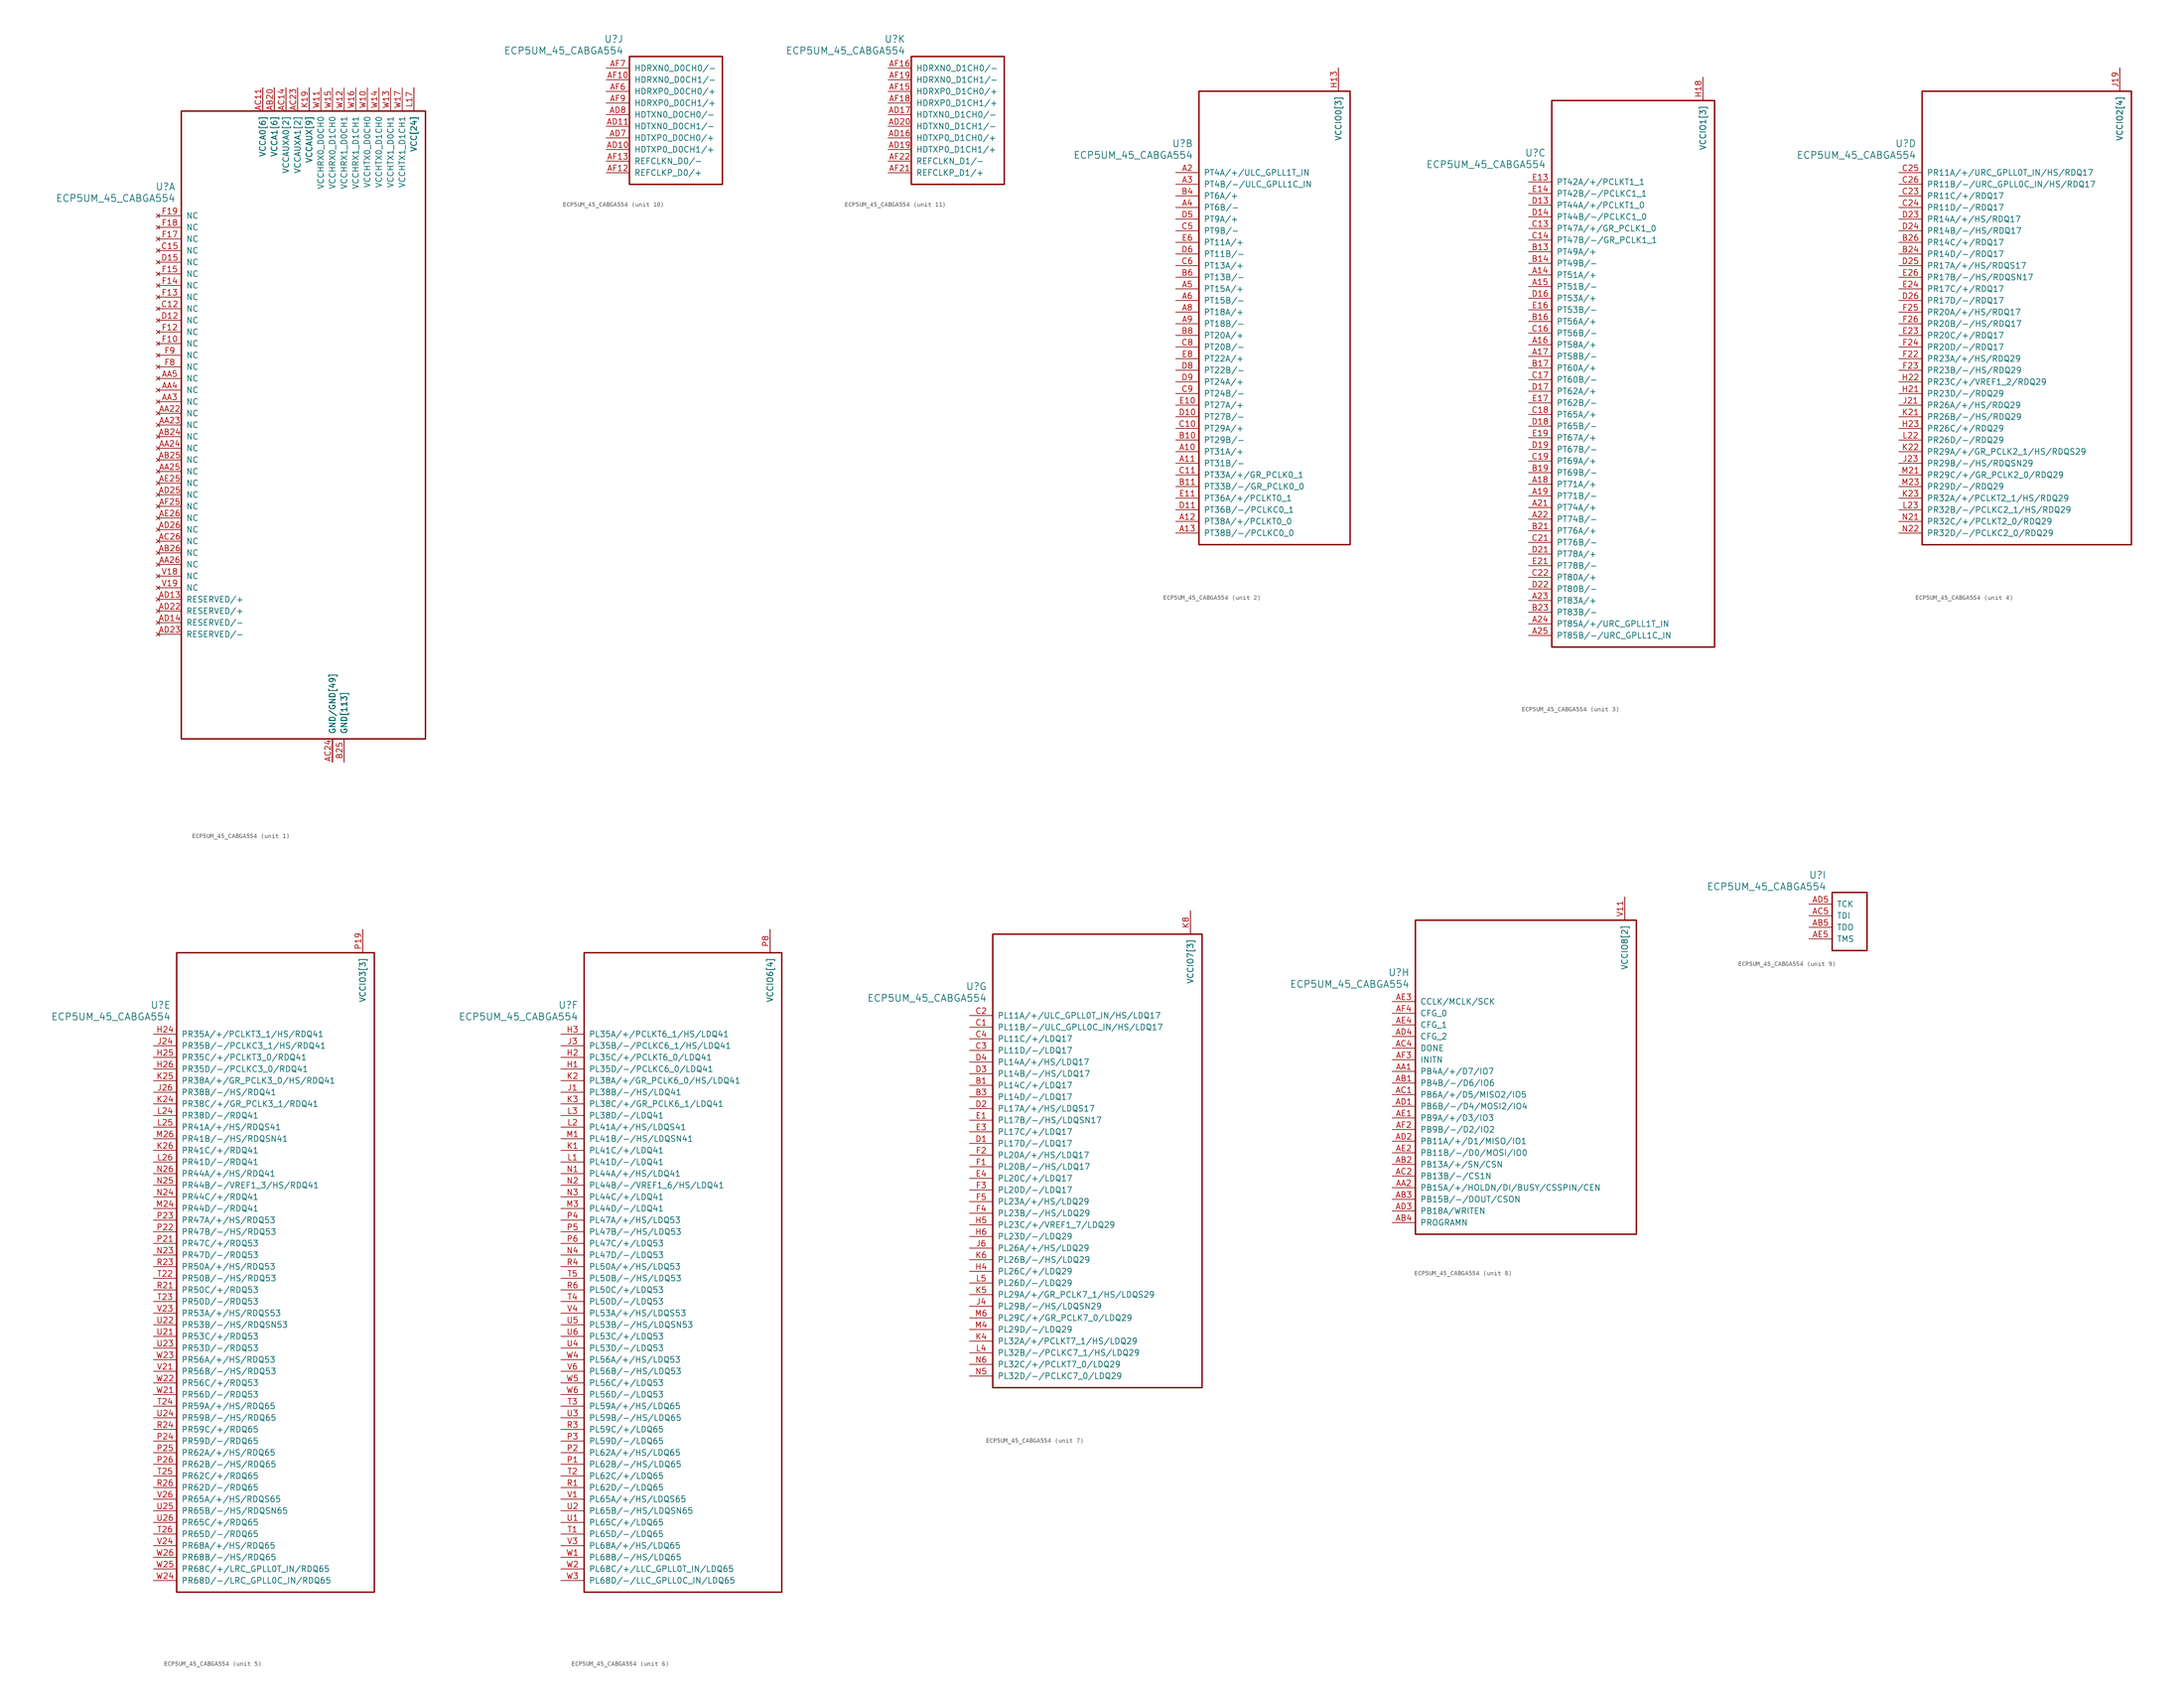
<source format=kicad_sym>
(kicad_symbol_lib
  (version 20241209)
  (generator "kicad_symbol_editor")
  (generator_version "9.0")
  (symbol "ECP5UM_45_CABGA554"
    (pin_names
      (offset 1.016))
    (property "Reference" "U"
      (at 3.81 6.35 0)
      (effects (font (size 1.524 1.524)) (justify right)))
    (property "Value" "ECP5UM_45_CABGA554"
      (at 3.81 3.81 0)
      (effects (font (size 1.524 1.524)) (justify right)))
    (property "ki_locked" ""
      (at 0 0 0)
      (effects (font (size 1.27 1.27))))
    (symbol "ECP5UM_45_CABGA554_1_1"
      (rectangle (start 5.08 22.86) (end 58.42 -114.3) (stroke (width 0.305) (type solid)) (fill (type none)))
      (pin no_connect line (at 0 0 0) (length 5.08) (name "NC" (effects (font (size 1.27 1.27)))) (number "F19" (effects (font (size 1.27 1.27)))))
      (pin no_connect line (at 0 -2.54 0) (length 5.08) (name "NC" (effects (font (size 1.27 1.27)))) (number "F18" (effects (font (size 1.27 1.27)))))
      (pin no_connect line (at 0 -5.08 0) (length 5.08) (name "NC" (effects (font (size 1.27 1.27)))) (number "F17" (effects (font (size 1.27 1.27)))))
      (pin no_connect line (at 0 -7.62 0) (length 5.08) (name "NC" (effects (font (size 1.27 1.27)))) (number "C15" (effects (font (size 1.27 1.27)))))
      (pin no_connect line (at 0 -10.16 0) (length 5.08) (name "NC" (effects (font (size 1.27 1.27)))) (number "D15" (effects (font (size 1.27 1.27)))))
      (pin no_connect line (at 0 -12.7 0) (length 5.08) (name "NC" (effects (font (size 1.27 1.27)))) (number "F15" (effects (font (size 1.27 1.27)))))
      (pin no_connect line (at 0 -15.24 0) (length 5.08) (name "NC" (effects (font (size 1.27 1.27)))) (number "F14" (effects (font (size 1.27 1.27)))))
      (pin no_connect line (at 0 -17.78 0) (length 5.08) (name "NC" (effects (font (size 1.27 1.27)))) (number "F13" (effects (font (size 1.27 1.27)))))
      (pin no_connect line (at 0 -20.32 0) (length 5.08) (name "NC" (effects (font (size 1.27 1.27)))) (number "C12" (effects (font (size 1.27 1.27)))))
      (pin no_connect line (at 0 -22.86 0) (length 5.08) (name "NC" (effects (font (size 1.27 1.27)))) (number "D12" (effects (font (size 1.27 1.27)))))
      (pin no_connect line (at 0 -25.4 0) (length 5.08) (name "NC" (effects (font (size 1.27 1.27)))) (number "F12" (effects (font (size 1.27 1.27)))))
      (pin no_connect line (at 0 -27.94 0) (length 5.08) (name "NC" (effects (font (size 1.27 1.27)))) (number "F10" (effects (font (size 1.27 1.27)))))
      (pin no_connect line (at 0 -30.48 0) (length 5.08) (name "NC" (effects (font (size 1.27 1.27)))) (number "F9" (effects (font (size 1.27 1.27)))))
      (pin no_connect line (at 0 -33.02 0) (length 5.08) (name "NC" (effects (font (size 1.27 1.27)))) (number "F8" (effects (font (size 1.27 1.27)))))
      (pin no_connect line (at 0 -35.56 0) (length 5.08) (name "NC" (effects (font (size 1.27 1.27)))) (number "AA5" (effects (font (size 1.27 1.27)))))
      (pin no_connect line (at 0 -38.1 0) (length 5.08) (name "NC" (effects (font (size 1.27 1.27)))) (number "AA4" (effects (font (size 1.27 1.27)))))
      (pin no_connect line (at 0 -40.64 0) (length 5.08) (name "NC" (effects (font (size 1.27 1.27)))) (number "AA3" (effects (font (size 1.27 1.27)))))
      (pin no_connect line (at 0 -43.18 0) (length 5.08) (name "NC" (effects (font (size 1.27 1.27)))) (number "AA22" (effects (font (size 1.27 1.27)))))
      (pin no_connect line (at 0 -45.72 0) (length 5.08) (name "NC" (effects (font (size 1.27 1.27)))) (number "AA23" (effects (font (size 1.27 1.27)))))
      (pin no_connect line (at 0 -48.26 0) (length 5.08) (name "NC" (effects (font (size 1.27 1.27)))) (number "AB24" (effects (font (size 1.27 1.27)))))
      (pin no_connect line (at 0 -50.8 0) (length 5.08) (name "NC" (effects (font (size 1.27 1.27)))) (number "AA24" (effects (font (size 1.27 1.27)))))
      (pin no_connect line (at 0 -53.34 0) (length 5.08) (name "NC" (effects (font (size 1.27 1.27)))) (number "AB25" (effects (font (size 1.27 1.27)))))
      (pin no_connect line (at 0 -55.88 0) (length 5.08) (name "NC" (effects (font (size 1.27 1.27)))) (number "AA25" (effects (font (size 1.27 1.27)))))
      (pin no_connect line (at 0 -58.42 0) (length 5.08) (name "NC" (effects (font (size 1.27 1.27)))) (number "AE25" (effects (font (size 1.27 1.27)))))
      (pin no_connect line (at 0 -60.96 0) (length 5.08) (name "NC" (effects (font (size 1.27 1.27)))) (number "AD25" (effects (font (size 1.27 1.27)))))
      (pin no_connect line (at 0 -63.5 0) (length 5.08) (name "NC" (effects (font (size 1.27 1.27)))) (number "AF25" (effects (font (size 1.27 1.27)))))
      (pin no_connect line (at 0 -66.04 0) (length 5.08) (name "NC" (effects (font (size 1.27 1.27)))) (number "AE26" (effects (font (size 1.27 1.27)))))
      (pin no_connect line (at 0 -68.58 0) (length 5.08) (name "NC" (effects (font (size 1.27 1.27)))) (number "AD26" (effects (font (size 1.27 1.27)))))
      (pin no_connect line (at 0 -71.12 0) (length 5.08) (name "NC" (effects (font (size 1.27 1.27)))) (number "AC26" (effects (font (size 1.27 1.27)))))
      (pin no_connect line (at 0 -73.66 0) (length 5.08) (name "NC" (effects (font (size 1.27 1.27)))) (number "AB26" (effects (font (size 1.27 1.27)))))
      (pin no_connect line (at 0 -76.2 0) (length 5.08) (name "NC" (effects (font (size 1.27 1.27)))) (number "AA26" (effects (font (size 1.27 1.27)))))
      (pin no_connect line (at 0 -78.74 0) (length 5.08) (name "NC" (effects (font (size 1.27 1.27)))) (number "V18" (effects (font (size 1.27 1.27)))))
      (pin no_connect line (at 0 -81.28 0) (length 5.08) (name "NC" (effects (font (size 1.27 1.27)))) (number "V19" (effects (font (size 1.27 1.27)))))
      (pin no_connect line (at 0 -83.82 0) (length 5.08) (name "RESERVED/+" (effects (font (size 1.27 1.27)))) (number "AD13" (effects (font (size 1.27 1.27)))))
      (pin no_connect line (at 0 -86.36 0) (length 5.08) (name "RESERVED/+" (effects (font (size 1.27 1.27)))) (number "AD22" (effects (font (size 1.27 1.27)))))
      (pin no_connect line (at 0 -88.9 0) (length 5.08) (name "RESERVED/-" (effects (font (size 1.27 1.27)))) (number "AD14" (effects (font (size 1.27 1.27)))))
      (pin no_connect line (at 0 -91.44 0) (length 5.08) (name "RESERVED/-" (effects (font (size 1.27 1.27)))) (number "AD23" (effects (font (size 1.27 1.27)))))
      (pin power_in line (at 22.86 27.94 270) (length 5.08) (name "VCCA0[6]" (effects (font (size 1.27 1.27)))) (number "AB10" (effects (font (size 0 0)))))
      (pin power_in line (at 22.86 27.94 270) (length 5.08) (name "VCCA0[6]" (effects (font (size 1.27 1.27)))) (number "AB7" (effects (font (size 0 0)))))
      (pin power_in line (at 22.86 27.94 270) (length 5.08) (name "VCCA0[6]" (effects (font (size 1.27 1.27)))) (number "AC10" (effects (font (size 0 0)))))
      (pin power_in line (at 22.86 27.94 270) (length 5.08) (name "VCCA0[6]" (effects (font (size 1.27 1.27)))) (number "AC11" (effects (font (size 1.27 1.27)))))
      (pin power_in line (at 22.86 27.94 270) (length 5.08) (name "VCCA0[6]" (effects (font (size 1.27 1.27)))) (number "AC7" (effects (font (size 0 0)))))
      (pin power_in line (at 22.86 27.94 270) (length 5.08) (name "VCCA0[6]" (effects (font (size 1.27 1.27)))) (number "AC8" (effects (font (size 0 0)))))
      (pin power_in line (at 25.4 27.94 270) (length 5.08) (name "VCCA1[6]" (effects (font (size 1.27 1.27)))) (number "AB17" (effects (font (size 0 0)))))
      (pin power_in line (at 25.4 27.94 270) (length 5.08) (name "VCCA1[6]" (effects (font (size 1.27 1.27)))) (number "AB20" (effects (font (size 1.27 1.27)))))
      (pin power_in line (at 25.4 27.94 270) (length 5.08) (name "VCCA1[6]" (effects (font (size 1.27 1.27)))) (number "AC16" (effects (font (size 0 0)))))
      (pin power_in line (at 25.4 27.94 270) (length 5.08) (name "VCCA1[6]" (effects (font (size 1.27 1.27)))) (number "AC17" (effects (font (size 0 0)))))
      (pin power_in line (at 25.4 27.94 270) (length 5.08) (name "VCCA1[6]" (effects (font (size 1.27 1.27)))) (number "AC19" (effects (font (size 0 0)))))
      (pin power_in line (at 25.4 27.94 270) (length 5.08) (name "VCCA1[6]" (effects (font (size 1.27 1.27)))) (number "AC20" (effects (font (size 0 0)))))
      (pin power_in line (at 27.94 27.94 270) (length 5.08) (name "VCCAUXA0[2]" (effects (font (size 1.27 1.27)))) (number "AC13" (effects (font (size 0 0)))))
      (pin power_in line (at 27.94 27.94 270) (length 5.08) (name "VCCAUXA0[2]" (effects (font (size 1.27 1.27)))) (number "AC14" (effects (font (size 1.27 1.27)))))
      (pin power_in line (at 30.48 27.94 270) (length 5.08) (name "VCCAUXA1[2]" (effects (font (size 1.27 1.27)))) (number "AC22" (effects (font (size 0 0)))))
      (pin power_in line (at 30.48 27.94 270) (length 5.08) (name "VCCAUXA1[2]" (effects (font (size 1.27 1.27)))) (number "AC23" (effects (font (size 1.27 1.27)))))
      (pin power_in line (at 33.02 27.94 270) (length 5.08) (name "VCCAUX[9]" (effects (font (size 1.27 1.27)))) (number "H11" (effects (font (size 0 0)))))
      (pin power_in line (at 33.02 27.94 270) (length 5.08) (name "VCCAUX[9]" (effects (font (size 1.27 1.27)))) (number "H14" (effects (font (size 0 0)))))
      (pin power_in line (at 33.02 27.94 270) (length 5.08) (name "VCCAUX[9]" (effects (font (size 1.27 1.27)))) (number "H17" (effects (font (size 0 0)))))
      (pin power_in line (at 33.02 27.94 270) (length 5.08) (name "VCCAUX[9]" (effects (font (size 1.27 1.27)))) (number "K19" (effects (font (size 1.27 1.27)))))
      (pin power_in line (at 33.02 27.94 270) (length 5.08) (name "VCCAUX[9]" (effects (font (size 1.27 1.27)))) (number "L8" (effects (font (size 0 0)))))
      (pin power_in line (at 33.02 27.94 270) (length 5.08) (name "VCCAUX[9]" (effects (font (size 1.27 1.27)))) (number "T19" (effects (font (size 0 0)))))
      (pin power_in line (at 33.02 27.94 270) (length 5.08) (name "VCCAUX[9]" (effects (font (size 1.27 1.27)))) (number "T8" (effects (font (size 0 0)))))
      (pin power_in line (at 33.02 27.94 270) (length 5.08) (name "VCCAUX[9]" (effects (font (size 1.27 1.27)))) (number "W19" (effects (font (size 0 0)))))
      (pin power_in line (at 33.02 27.94 270) (length 5.08) (name "VCCAUX[9]" (effects (font (size 1.27 1.27)))) (number "W8" (effects (font (size 0 0)))))
      (pin power_in line (at 35.56 27.94 270) (length 5.08) (name "VCCHRX0_D0CH0" (effects (font (size 1.27 1.27)))) (number "W11" (effects (font (size 1.27 1.27)))))
      (pin power_in line (at 38.1 27.94 270) (length 5.08) (name "VCCHRX0_D1CH0" (effects (font (size 1.27 1.27)))) (number "W15" (effects (font (size 1.27 1.27)))))
      (pin power_in line (at 38.1 -119.38 90) (length 5.08) (name "GND/GND[49]" (effects (font (size 1.27 1.27)))) (number "AA10" (effects (font (size 0 0)))))
      (pin power_in line (at 38.1 -119.38 90) (length 5.08) (name "GND/GND[49]" (effects (font (size 1.27 1.27)))) (number "AA12" (effects (font (size 0 0)))))
      (pin power_in line (at 38.1 -119.38 90) (length 5.08) (name "GND/GND[49]" (effects (font (size 1.27 1.27)))) (number "AA13" (effects (font (size 0 0)))))
      (pin power_in line (at 38.1 -119.38 90) (length 5.08) (name "GND/GND[49]" (effects (font (size 1.27 1.27)))) (number "AA14" (effects (font (size 0 0)))))
      (pin power_in line (at 38.1 -119.38 90) (length 5.08) (name "GND/GND[49]" (effects (font (size 1.27 1.27)))) (number "AA15" (effects (font (size 0 0)))))
      (pin power_in line (at 38.1 -119.38 90) (length 5.08) (name "GND/GND[49]" (effects (font (size 1.27 1.27)))) (number "AA17" (effects (font (size 0 0)))))
      (pin power_in line (at 38.1 -119.38 90) (length 5.08) (name "GND/GND[49]" (effects (font (size 1.27 1.27)))) (number "AA18" (effects (font (size 0 0)))))
      (pin power_in line (at 38.1 -119.38 90) (length 5.08) (name "GND/GND[49]" (effects (font (size 1.27 1.27)))) (number "AA20" (effects (font (size 0 0)))))
      (pin power_in line (at 38.1 -119.38 90) (length 5.08) (name "GND/GND[49]" (effects (font (size 1.27 1.27)))) (number "AA7" (effects (font (size 0 0)))))
      (pin power_in line (at 38.1 -119.38 90) (length 5.08) (name "GND/GND[49]" (effects (font (size 1.27 1.27)))) (number "AA9" (effects (font (size 0 0)))))
      (pin power_in line (at 38.1 -119.38 90) (length 5.08) (name "GND/GND[49]" (effects (font (size 1.27 1.27)))) (number "AB12" (effects (font (size 0 0)))))
      (pin power_in line (at 38.1 -119.38 90) (length 5.08) (name "GND/GND[49]" (effects (font (size 1.27 1.27)))) (number "AB13" (effects (font (size 0 0)))))
      (pin power_in line (at 38.1 -119.38 90) (length 5.08) (name "GND/GND[49]" (effects (font (size 1.27 1.27)))) (number "AB14" (effects (font (size 0 0)))))
      (pin power_in line (at 38.1 -119.38 90) (length 5.08) (name "GND/GND[49]" (effects (font (size 1.27 1.27)))) (number "AB15" (effects (font (size 0 0)))))
      (pin power_in line (at 38.1 -119.38 90) (length 5.08) (name "GND/GND[49]" (effects (font (size 1.27 1.27)))) (number "AB18" (effects (font (size 0 0)))))
      (pin power_in line (at 38.1 -119.38 90) (length 5.08) (name "GND/GND[49]" (effects (font (size 1.27 1.27)))) (number "AB21" (effects (font (size 0 0)))))
      (pin power_in line (at 38.1 -119.38 90) (length 5.08) (name "GND/GND[49]" (effects (font (size 1.27 1.27)))) (number "AB22" (effects (font (size 0 0)))))
      (pin power_in line (at 38.1 -119.38 90) (length 5.08) (name "GND/GND[49]" (effects (font (size 1.27 1.27)))) (number "AB23" (effects (font (size 0 0)))))
      (pin power_in line (at 38.1 -119.38 90) (length 5.08) (name "GND/GND[49]" (effects (font (size 1.27 1.27)))) (number "AB6" (effects (font (size 0 0)))))
      (pin power_in line (at 38.1 -119.38 90) (length 5.08) (name "GND/GND[49]" (effects (font (size 1.27 1.27)))) (number "AB9" (effects (font (size 0 0)))))
      (pin power_in line (at 38.1 -119.38 90) (length 5.08) (name "GND/GND[49]" (effects (font (size 1.27 1.27)))) (number "AC12" (effects (font (size 0 0)))))
      (pin power_in line (at 38.1 -119.38 90) (length 5.08) (name "GND/GND[49]" (effects (font (size 1.27 1.27)))) (number "AC15" (effects (font (size 0 0)))))
      (pin power_in line (at 38.1 -119.38 90) (length 5.08) (name "GND/GND[49]" (effects (font (size 1.27 1.27)))) (number "AC18" (effects (font (size 0 0)))))
      (pin power_in line (at 38.1 -119.38 90) (length 5.08) (name "GND/GND[49]" (effects (font (size 1.27 1.27)))) (number "AC21" (effects (font (size 0 0)))))
      (pin power_in line (at 38.1 -119.38 90) (length 5.08) (name "GND/GND[49]" (effects (font (size 1.27 1.27)))) (number "AC24" (effects (font (size 1.27 1.27)))))
      (pin power_in line (at 38.1 -119.38 90) (length 5.08) (name "GND/GND[49]" (effects (font (size 1.27 1.27)))) (number "AC6" (effects (font (size 0 0)))))
      (pin power_in line (at 38.1 -119.38 90) (length 5.08) (name "GND/GND[49]" (effects (font (size 1.27 1.27)))) (number "AC9" (effects (font (size 0 0)))))
      (pin power_in line (at 38.1 -119.38 90) (length 5.08) (name "GND/GND[49]" (effects (font (size 1.27 1.27)))) (number "AD12" (effects (font (size 0 0)))))
      (pin power_in line (at 38.1 -119.38 90) (length 5.08) (name "GND/GND[49]" (effects (font (size 1.27 1.27)))) (number "AD15" (effects (font (size 0 0)))))
      (pin power_in line (at 38.1 -119.38 90) (length 5.08) (name "GND/GND[49]" (effects (font (size 1.27 1.27)))) (number "AD18" (effects (font (size 0 0)))))
      (pin power_in line (at 38.1 -119.38 90) (length 5.08) (name "GND/GND[49]" (effects (font (size 1.27 1.27)))) (number "AD21" (effects (font (size 0 0)))))
      (pin power_in line (at 38.1 -119.38 90) (length 5.08) (name "GND/GND[49]" (effects (font (size 1.27 1.27)))) (number "AD24" (effects (font (size 0 0)))))
      (pin power_in line (at 38.1 -119.38 90) (length 5.08) (name "GND/GND[49]" (effects (font (size 1.27 1.27)))) (number "AD6" (effects (font (size 0 0)))))
      (pin power_in line (at 38.1 -119.38 90) (length 5.08) (name "GND/GND[49]" (effects (font (size 1.27 1.27)))) (number "AD9" (effects (font (size 0 0)))))
      (pin power_in line (at 38.1 -119.38 90) (length 5.08) (name "GND/GND[49]" (effects (font (size 1.27 1.27)))) (number "AE10" (effects (font (size 0 0)))))
      (pin power_in line (at 38.1 -119.38 90) (length 5.08) (name "GND/GND[49]" (effects (font (size 1.27 1.27)))) (number "AE12" (effects (font (size 0 0)))))
      (pin power_in line (at 38.1 -119.38 90) (length 5.08) (name "GND/GND[49]" (effects (font (size 1.27 1.27)))) (number "AE13" (effects (font (size 0 0)))))
      (pin power_in line (at 38.1 -119.38 90) (length 5.08) (name "GND/GND[49]" (effects (font (size 1.27 1.27)))) (number "AE15" (effects (font (size 0 0)))))
      (pin power_in line (at 38.1 -119.38 90) (length 5.08) (name "GND/GND[49]" (effects (font (size 1.27 1.27)))) (number "AE16" (effects (font (size 0 0)))))
      (pin power_in line (at 38.1 -119.38 90) (length 5.08) (name "GND/GND[49]" (effects (font (size 1.27 1.27)))) (number "AE18" (effects (font (size 0 0)))))
      (pin power_in line (at 38.1 -119.38 90) (length 5.08) (name "GND/GND[49]" (effects (font (size 1.27 1.27)))) (number "AE19" (effects (font (size 0 0)))))
      (pin power_in line (at 38.1 -119.38 90) (length 5.08) (name "GND/GND[49]" (effects (font (size 1.27 1.27)))) (number "AE21" (effects (font (size 0 0)))))
      (pin power_in line (at 38.1 -119.38 90) (length 5.08) (name "GND/GND[49]" (effects (font (size 1.27 1.27)))) (number "AE22" (effects (font (size 0 0)))))
      (pin power_in line (at 38.1 -119.38 90) (length 5.08) (name "GND/GND[49]" (effects (font (size 1.27 1.27)))) (number "AE24" (effects (font (size 0 0)))))
      (pin power_in line (at 38.1 -119.38 90) (length 5.08) (name "GND/GND[49]" (effects (font (size 1.27 1.27)))) (number "AE6" (effects (font (size 0 0)))))
      (pin power_in line (at 38.1 -119.38 90) (length 5.08) (name "GND/GND[49]" (effects (font (size 1.27 1.27)))) (number "AE7" (effects (font (size 0 0)))))
      (pin power_in line (at 38.1 -119.38 90) (length 5.08) (name "GND/GND[49]" (effects (font (size 1.27 1.27)))) (number "AE9" (effects (font (size 0 0)))))
      (pin power_in line (at 38.1 -119.38 90) (length 5.08) (name "GND/GND[49]" (effects (font (size 1.27 1.27)))) (number "AF24" (effects (font (size 0 0)))))
      (pin power_in line (at 38.1 -119.38 90) (length 5.08) (name "GND/GND[49]" (effects (font (size 1.27 1.27)))) (number "AF5" (effects (font (size 0 0)))))
      (pin power_in line (at 40.64 27.94 270) (length 5.08) (name "VCCHRX1_D0CH1" (effects (font (size 1.27 1.27)))) (number "W12" (effects (font (size 1.27 1.27)))))
      (pin power_in line (at 40.64 -119.38 90) (length 5.08) (name "GND[113]" (effects (font (size 1.27 1.27)))) (number "AC25" (effects (font (size 0 0)))))
      (pin power_in line (at 40.64 -119.38 90) (length 5.08) (name "GND[113]" (effects (font (size 1.27 1.27)))) (number "AC3" (effects (font (size 0 0)))))
      (pin power_in line (at 40.64 -119.38 90) (length 5.08) (name "GND[113]" (effects (font (size 1.27 1.27)))) (number "B12" (effects (font (size 0 0)))))
      (pin power_in line (at 40.64 -119.38 90) (length 5.08) (name "GND[113]" (effects (font (size 1.27 1.27)))) (number "B15" (effects (font (size 0 0)))))
      (pin power_in line (at 40.64 -119.38 90) (length 5.08) (name "GND[113]" (effects (font (size 1.27 1.27)))) (number "B18" (effects (font (size 0 0)))))
      (pin power_in line (at 40.64 -119.38 90) (length 5.08) (name "GND[113]" (effects (font (size 1.27 1.27)))) (number "B2" (effects (font (size 0 0)))))
      (pin power_in line (at 40.64 -119.38 90) (length 5.08) (name "GND[113]" (effects (font (size 1.27 1.27)))) (number "B22" (effects (font (size 0 0)))))
      (pin power_in line (at 40.64 -119.38 90) (length 5.08) (name "GND[113]" (effects (font (size 1.27 1.27)))) (number "B25" (effects (font (size 1.27 1.27)))))
      (pin power_in line (at 40.64 -119.38 90) (length 5.08) (name "GND[113]" (effects (font (size 1.27 1.27)))) (number "B5" (effects (font (size 0 0)))))
      (pin power_in line (at 40.64 -119.38 90) (length 5.08) (name "GND[113]" (effects (font (size 1.27 1.27)))) (number "B9" (effects (font (size 0 0)))))
      (pin power_in line (at 40.64 -119.38 90) (length 5.08) (name "GND[113]" (effects (font (size 1.27 1.27)))) (number "E12" (effects (font (size 0 0)))))
      (pin power_in line (at 40.64 -119.38 90) (length 5.08) (name "GND[113]" (effects (font (size 1.27 1.27)))) (number "E15" (effects (font (size 0 0)))))
      (pin power_in line (at 40.64 -119.38 90) (length 5.08) (name "GND[113]" (effects (font (size 1.27 1.27)))) (number "E18" (effects (font (size 0 0)))))
      (pin power_in line (at 40.64 -119.38 90) (length 5.08) (name "GND[113]" (effects (font (size 1.27 1.27)))) (number "E2" (effects (font (size 0 0)))))
      (pin power_in line (at 40.64 -119.38 90) (length 5.08) (name "GND[113]" (effects (font (size 1.27 1.27)))) (number "E22" (effects (font (size 0 0)))))
      (pin power_in line (at 40.64 -119.38 90) (length 5.08) (name "GND[113]" (effects (font (size 1.27 1.27)))) (number "E25" (effects (font (size 0 0)))))
      (pin power_in line (at 40.64 -119.38 90) (length 5.08) (name "GND[113]" (effects (font (size 1.27 1.27)))) (number "E5" (effects (font (size 0 0)))))
      (pin power_in line (at 40.64 -119.38 90) (length 5.08) (name "GND[113]" (effects (font (size 1.27 1.27)))) (number "E9" (effects (font (size 0 0)))))
      (pin power_in line (at 40.64 -119.38 90) (length 5.08) (name "GND[113]" (effects (font (size 1.27 1.27)))) (number "H19" (effects (font (size 0 0)))))
      (pin power_in line (at 40.64 -119.38 90) (length 5.08) (name "GND[113]" (effects (font (size 1.27 1.27)))) (number "H8" (effects (font (size 0 0)))))
      (pin power_in line (at 40.64 -119.38 90) (length 5.08) (name "GND[113]" (effects (font (size 1.27 1.27)))) (number "H9" (effects (font (size 0 0)))))
      (pin power_in line (at 40.64 -119.38 90) (length 5.08) (name "GND[113]" (effects (font (size 1.27 1.27)))) (number "J10" (effects (font (size 0 0)))))
      (pin power_in line (at 40.64 -119.38 90) (length 5.08) (name "GND[113]" (effects (font (size 1.27 1.27)))) (number "J11" (effects (font (size 0 0)))))
      (pin power_in line (at 40.64 -119.38 90) (length 5.08) (name "GND[113]" (effects (font (size 1.27 1.27)))) (number "J12" (effects (font (size 0 0)))))
      (pin power_in line (at 40.64 -119.38 90) (length 5.08) (name "GND[113]" (effects (font (size 1.27 1.27)))) (number "J13" (effects (font (size 0 0)))))
      (pin power_in line (at 40.64 -119.38 90) (length 5.08) (name "GND[113]" (effects (font (size 1.27 1.27)))) (number "J14" (effects (font (size 0 0)))))
      (pin power_in line (at 40.64 -119.38 90) (length 5.08) (name "GND[113]" (effects (font (size 1.27 1.27)))) (number "J15" (effects (font (size 0 0)))))
      (pin power_in line (at 40.64 -119.38 90) (length 5.08) (name "GND[113]" (effects (font (size 1.27 1.27)))) (number "J16" (effects (font (size 0 0)))))
      (pin power_in line (at 40.64 -119.38 90) (length 5.08) (name "GND[113]" (effects (font (size 1.27 1.27)))) (number "J17" (effects (font (size 0 0)))))
      (pin power_in line (at 40.64 -119.38 90) (length 5.08) (name "GND[113]" (effects (font (size 1.27 1.27)))) (number "J18" (effects (font (size 0 0)))))
      (pin power_in line (at 40.64 -119.38 90) (length 5.08) (name "GND[113]" (effects (font (size 1.27 1.27)))) (number "J2" (effects (font (size 0 0)))))
      (pin power_in line (at 40.64 -119.38 90) (length 5.08) (name "GND[113]" (effects (font (size 1.27 1.27)))) (number "J22" (effects (font (size 0 0)))))
      (pin power_in line (at 40.64 -119.38 90) (length 5.08) (name "GND[113]" (effects (font (size 1.27 1.27)))) (number "J25" (effects (font (size 0 0)))))
      (pin power_in line (at 40.64 -119.38 90) (length 5.08) (name "GND[113]" (effects (font (size 1.27 1.27)))) (number "J5" (effects (font (size 0 0)))))
      (pin power_in line (at 40.64 -119.38 90) (length 5.08) (name "GND[113]" (effects (font (size 1.27 1.27)))) (number "J8" (effects (font (size 0 0)))))
      (pin power_in line (at 40.64 -119.38 90) (length 5.08) (name "GND[113]" (effects (font (size 1.27 1.27)))) (number "J9" (effects (font (size 0 0)))))
      (pin power_in line (at 40.64 -119.38 90) (length 5.08) (name "GND[113]" (effects (font (size 1.27 1.27)))) (number "K10" (effects (font (size 0 0)))))
      (pin power_in line (at 40.64 -119.38 90) (length 5.08) (name "GND[113]" (effects (font (size 1.27 1.27)))) (number "K17" (effects (font (size 0 0)))))
      (pin power_in line (at 40.64 -119.38 90) (length 5.08) (name "GND[113]" (effects (font (size 1.27 1.27)))) (number "K18" (effects (font (size 0 0)))))
      (pin power_in line (at 40.64 -119.38 90) (length 5.08) (name "GND[113]" (effects (font (size 1.27 1.27)))) (number "K9" (effects (font (size 0 0)))))
      (pin power_in line (at 40.64 -119.38 90) (length 5.08) (name "GND[113]" (effects (font (size 1.27 1.27)))) (number "L11" (effects (font (size 0 0)))))
      (pin power_in line (at 40.64 -119.38 90) (length 5.08) (name "GND[113]" (effects (font (size 1.27 1.27)))) (number "L12" (effects (font (size 0 0)))))
      (pin power_in line (at 40.64 -119.38 90) (length 5.08) (name "GND[113]" (effects (font (size 1.27 1.27)))) (number "L13" (effects (font (size 0 0)))))
      (pin power_in line (at 40.64 -119.38 90) (length 5.08) (name "GND[113]" (effects (font (size 1.27 1.27)))) (number "L14" (effects (font (size 0 0)))))
      (pin power_in line (at 40.64 -119.38 90) (length 5.08) (name "GND[113]" (effects (font (size 1.27 1.27)))) (number "L15" (effects (font (size 0 0)))))
      (pin power_in line (at 40.64 -119.38 90) (length 5.08) (name "GND[113]" (effects (font (size 1.27 1.27)))) (number "L16" (effects (font (size 0 0)))))
      (pin power_in line (at 40.64 -119.38 90) (length 5.08) (name "GND[113]" (effects (font (size 1.27 1.27)))) (number "L18" (effects (font (size 0 0)))))
      (pin power_in line (at 40.64 -119.38 90) (length 5.08) (name "GND[113]" (effects (font (size 1.27 1.27)))) (number "L9" (effects (font (size 0 0)))))
      (pin power_in line (at 40.64 -119.38 90) (length 5.08) (name "GND[113]" (effects (font (size 1.27 1.27)))) (number "M11" (effects (font (size 0 0)))))
      (pin power_in line (at 40.64 -119.38 90) (length 5.08) (name "GND[113]" (effects (font (size 1.27 1.27)))) (number "M12" (effects (font (size 0 0)))))
      (pin power_in line (at 40.64 -119.38 90) (length 5.08) (name "GND[113]" (effects (font (size 1.27 1.27)))) (number "M13" (effects (font (size 0 0)))))
      (pin power_in line (at 40.64 -119.38 90) (length 5.08) (name "GND[113]" (effects (font (size 1.27 1.27)))) (number "M14" (effects (font (size 0 0)))))
      (pin power_in line (at 40.64 -119.38 90) (length 5.08) (name "GND[113]" (effects (font (size 1.27 1.27)))) (number "M15" (effects (font (size 0 0)))))
      (pin power_in line (at 40.64 -119.38 90) (length 5.08) (name "GND[113]" (effects (font (size 1.27 1.27)))) (number "M16" (effects (font (size 0 0)))))
      (pin power_in line (at 40.64 -119.38 90) (length 5.08) (name "GND[113]" (effects (font (size 1.27 1.27)))) (number "M18" (effects (font (size 0 0)))))
      (pin power_in line (at 40.64 -119.38 90) (length 5.08) (name "GND[113]" (effects (font (size 1.27 1.27)))) (number "M2" (effects (font (size 0 0)))))
      (pin power_in line (at 40.64 -119.38 90) (length 5.08) (name "GND[113]" (effects (font (size 1.27 1.27)))) (number "M22" (effects (font (size 0 0)))))
      (pin power_in line (at 40.64 -119.38 90) (length 5.08) (name "GND[113]" (effects (font (size 1.27 1.27)))) (number "M25" (effects (font (size 0 0)))))
      (pin power_in line (at 40.64 -119.38 90) (length 5.08) (name "GND[113]" (effects (font (size 1.27 1.27)))) (number "M5" (effects (font (size 0 0)))))
      (pin power_in line (at 40.64 -119.38 90) (length 5.08) (name "GND[113]" (effects (font (size 1.27 1.27)))) (number "M9" (effects (font (size 0 0)))))
      (pin power_in line (at 40.64 -119.38 90) (length 5.08) (name "GND[113]" (effects (font (size 1.27 1.27)))) (number "N11" (effects (font (size 0 0)))))
      (pin power_in line (at 40.64 -119.38 90) (length 5.08) (name "GND[113]" (effects (font (size 1.27 1.27)))) (number "N12" (effects (font (size 0 0)))))
      (pin power_in line (at 40.64 -119.38 90) (length 5.08) (name "GND[113]" (effects (font (size 1.27 1.27)))) (number "N13" (effects (font (size 0 0)))))
      (pin power_in line (at 40.64 -119.38 90) (length 5.08) (name "GND[113]" (effects (font (size 1.27 1.27)))) (number "N14" (effects (font (size 0 0)))))
      (pin power_in line (at 40.64 -119.38 90) (length 5.08) (name "GND[113]" (effects (font (size 1.27 1.27)))) (number "N15" (effects (font (size 0 0)))))
      (pin power_in line (at 40.64 -119.38 90) (length 5.08) (name "GND[113]" (effects (font (size 1.27 1.27)))) (number "N16" (effects (font (size 0 0)))))
      (pin power_in line (at 40.64 -119.38 90) (length 5.08) (name "GND[113]" (effects (font (size 1.27 1.27)))) (number "N18" (effects (font (size 0 0)))))
      (pin power_in line (at 40.64 -119.38 90) (length 5.08) (name "GND[113]" (effects (font (size 1.27 1.27)))) (number "N9" (effects (font (size 0 0)))))
      (pin power_in line (at 40.64 -119.38 90) (length 5.08) (name "GND[113]" (effects (font (size 1.27 1.27)))) (number "P11" (effects (font (size 0 0)))))
      (pin power_in line (at 40.64 -119.38 90) (length 5.08) (name "GND[113]" (effects (font (size 1.27 1.27)))) (number "P12" (effects (font (size 0 0)))))
      (pin power_in line (at 40.64 -119.38 90) (length 5.08) (name "GND[113]" (effects (font (size 1.27 1.27)))) (number "P13" (effects (font (size 0 0)))))
      (pin power_in line (at 40.64 -119.38 90) (length 5.08) (name "GND[113]" (effects (font (size 1.27 1.27)))) (number "P14" (effects (font (size 0 0)))))
      (pin power_in line (at 40.64 -119.38 90) (length 5.08) (name "GND[113]" (effects (font (size 1.27 1.27)))) (number "P15" (effects (font (size 0 0)))))
      (pin power_in line (at 40.64 -119.38 90) (length 5.08) (name "GND[113]" (effects (font (size 1.27 1.27)))) (number "P16" (effects (font (size 0 0)))))
      (pin power_in line (at 40.64 -119.38 90) (length 5.08) (name "GND[113]" (effects (font (size 1.27 1.27)))) (number "P18" (effects (font (size 0 0)))))
      (pin power_in line (at 40.64 -119.38 90) (length 5.08) (name "GND[113]" (effects (font (size 1.27 1.27)))) (number "P9" (effects (font (size 0 0)))))
      (pin power_in line (at 40.64 -119.38 90) (length 5.08) (name "GND[113]" (effects (font (size 1.27 1.27)))) (number "R11" (effects (font (size 0 0)))))
      (pin power_in line (at 40.64 -119.38 90) (length 5.08) (name "GND[113]" (effects (font (size 1.27 1.27)))) (number "R12" (effects (font (size 0 0)))))
      (pin power_in line (at 40.64 -119.38 90) (length 5.08) (name "GND[113]" (effects (font (size 1.27 1.27)))) (number "R13" (effects (font (size 0 0)))))
      (pin power_in line (at 40.64 -119.38 90) (length 5.08) (name "GND[113]" (effects (font (size 1.27 1.27)))) (number "R14" (effects (font (size 0 0)))))
      (pin power_in line (at 40.64 -119.38 90) (length 5.08) (name "GND[113]" (effects (font (size 1.27 1.27)))) (number "R15" (effects (font (size 0 0)))))
      (pin power_in line (at 40.64 -119.38 90) (length 5.08) (name "GND[113]" (effects (font (size 1.27 1.27)))) (number "R16" (effects (font (size 0 0)))))
      (pin power_in line (at 40.64 -119.38 90) (length 5.08) (name "GND[113]" (effects (font (size 1.27 1.27)))) (number "R18" (effects (font (size 0 0)))))
      (pin power_in line (at 40.64 -119.38 90) (length 5.08) (name "GND[113]" (effects (font (size 1.27 1.27)))) (number "R2" (effects (font (size 0 0)))))
      (pin power_in line (at 40.64 -119.38 90) (length 5.08) (name "GND[113]" (effects (font (size 1.27 1.27)))) (number "R22" (effects (font (size 0 0)))))
      (pin power_in line (at 40.64 -119.38 90) (length 5.08) (name "GND[113]" (effects (font (size 1.27 1.27)))) (number "R25" (effects (font (size 0 0)))))
      (pin power_in line (at 40.64 -119.38 90) (length 5.08) (name "GND[113]" (effects (font (size 1.27 1.27)))) (number "R5" (effects (font (size 0 0)))))
      (pin power_in line (at 40.64 -119.38 90) (length 5.08) (name "GND[113]" (effects (font (size 1.27 1.27)))) (number "R9" (effects (font (size 0 0)))))
      (pin power_in line (at 40.64 -119.38 90) (length 5.08) (name "GND[113]" (effects (font (size 1.27 1.27)))) (number "T18" (effects (font (size 0 0)))))
      (pin power_in line (at 40.64 -119.38 90) (length 5.08) (name "GND[113]" (effects (font (size 1.27 1.27)))) (number "T9" (effects (font (size 0 0)))))
      (pin power_in line (at 40.64 -119.38 90) (length 5.08) (name "GND[113]" (effects (font (size 1.27 1.27)))) (number "U10" (effects (font (size 0 0)))))
      (pin power_in line (at 40.64 -119.38 90) (length 5.08) (name "GND[113]" (effects (font (size 1.27 1.27)))) (number "U11" (effects (font (size 0 0)))))
      (pin power_in line (at 40.64 -119.38 90) (length 5.08) (name "GND[113]" (effects (font (size 1.27 1.27)))) (number "U12" (effects (font (size 0 0)))))
      (pin power_in line (at 40.64 -119.38 90) (length 5.08) (name "GND[113]" (effects (font (size 1.27 1.27)))) (number "U13" (effects (font (size 0 0)))))
      (pin power_in line (at 40.64 -119.38 90) (length 5.08) (name "GND[113]" (effects (font (size 1.27 1.27)))) (number "U14" (effects (font (size 0 0)))))
      (pin power_in line (at 40.64 -119.38 90) (length 5.08) (name "GND[113]" (effects (font (size 1.27 1.27)))) (number "U15" (effects (font (size 0 0)))))
      (pin power_in line (at 40.64 -119.38 90) (length 5.08) (name "GND[113]" (effects (font (size 1.27 1.27)))) (number "U16" (effects (font (size 0 0)))))
      (pin power_in line (at 40.64 -119.38 90) (length 5.08) (name "GND[113]" (effects (font (size 1.27 1.27)))) (number "U17" (effects (font (size 0 0)))))
      (pin power_in line (at 40.64 -119.38 90) (length 5.08) (name "GND[113]" (effects (font (size 1.27 1.27)))) (number "U18" (effects (font (size 0 0)))))
      (pin power_in line (at 40.64 -119.38 90) (length 5.08) (name "GND[113]" (effects (font (size 1.27 1.27)))) (number "U9" (effects (font (size 0 0)))))
      (pin power_in line (at 40.64 -119.38 90) (length 5.08) (name "GND[113]" (effects (font (size 1.27 1.27)))) (number "V12" (effects (font (size 0 0)))))
      (pin power_in line (at 40.64 -119.38 90) (length 5.08) (name "GND[113]" (effects (font (size 1.27 1.27)))) (number "V13" (effects (font (size 0 0)))))
      (pin power_in line (at 40.64 -119.38 90) (length 5.08) (name "GND[113]" (effects (font (size 1.27 1.27)))) (number "V14" (effects (font (size 0 0)))))
      (pin power_in line (at 40.64 -119.38 90) (length 5.08) (name "GND[113]" (effects (font (size 1.27 1.27)))) (number "V15" (effects (font (size 0 0)))))
      (pin power_in line (at 40.64 -119.38 90) (length 5.08) (name "GND[113]" (effects (font (size 1.27 1.27)))) (number "V16" (effects (font (size 0 0)))))
      (pin power_in line (at 40.64 -119.38 90) (length 5.08) (name "GND[113]" (effects (font (size 1.27 1.27)))) (number "V17" (effects (font (size 0 0)))))
      (pin power_in line (at 40.64 -119.38 90) (length 5.08) (name "GND[113]" (effects (font (size 1.27 1.27)))) (number "V2" (effects (font (size 0 0)))))
      (pin power_in line (at 40.64 -119.38 90) (length 5.08) (name "GND[113]" (effects (font (size 1.27 1.27)))) (number "V22" (effects (font (size 0 0)))))
      (pin power_in line (at 40.64 -119.38 90) (length 5.08) (name "GND[113]" (effects (font (size 1.27 1.27)))) (number "V25" (effects (font (size 0 0)))))
      (pin power_in line (at 40.64 -119.38 90) (length 5.08) (name "GND[113]" (effects (font (size 1.27 1.27)))) (number "V5" (effects (font (size 0 0)))))
      (pin power_in line (at 40.64 -119.38 90) (length 5.08) (name "GND[113]" (effects (font (size 1.27 1.27)))) (number "V9" (effects (font (size 0 0)))))
      (pin power_in line (at 40.64 -119.38 90) (length 5.08) (name "GND[113]" (effects (font (size 1.27 1.27)))) (number "W18" (effects (font (size 0 0)))))
      (pin power_in line (at 40.64 -119.38 90) (length 5.08) (name "GND[113]" (effects (font (size 1.27 1.27)))) (number "W9" (effects (font (size 0 0)))))
      (pin power_in line (at 43.18 27.94 270) (length 5.08) (name "VCCHRX1_D1CH1" (effects (font (size 1.27 1.27)))) (number "W16" (effects (font (size 1.27 1.27)))))
      (pin power_in line (at 45.72 27.94 270) (length 5.08) (name "VCCHTX0_D0CH0" (effects (font (size 1.27 1.27)))) (number "W10" (effects (font (size 1.27 1.27)))))
      (pin power_in line (at 48.26 27.94 270) (length 5.08) (name "VCCHTX0_D1CH0" (effects (font (size 1.27 1.27)))) (number "W14" (effects (font (size 1.27 1.27)))))
      (pin power_in line (at 50.8 27.94 270) (length 5.08) (name "VCCHTX1_D0CH1" (effects (font (size 1.27 1.27)))) (number "W13" (effects (font (size 1.27 1.27)))))
      (pin power_in line (at 53.34 27.94 270) (length 5.08) (name "VCCHTX1_D1CH1" (effects (font (size 1.27 1.27)))) (number "W17" (effects (font (size 1.27 1.27)))))
      (pin power_in line (at 55.88 27.94 270) (length 5.08) (name "VCC[24]" (effects (font (size 1.27 1.27)))) (number "K11" (effects (font (size 0 0)))))
      (pin power_in line (at 55.88 27.94 270) (length 5.08) (name "VCC[24]" (effects (font (size 1.27 1.27)))) (number "K12" (effects (font (size 0 0)))))
      (pin power_in line (at 55.88 27.94 270) (length 5.08) (name "VCC[24]" (effects (font (size 1.27 1.27)))) (number "K13" (effects (font (size 0 0)))))
      (pin power_in line (at 55.88 27.94 270) (length 5.08) (name "VCC[24]" (effects (font (size 1.27 1.27)))) (number "K14" (effects (font (size 0 0)))))
      (pin power_in line (at 55.88 27.94 270) (length 5.08) (name "VCC[24]" (effects (font (size 1.27 1.27)))) (number "K15" (effects (font (size 0 0)))))
      (pin power_in line (at 55.88 27.94 270) (length 5.08) (name "VCC[24]" (effects (font (size 1.27 1.27)))) (number "K16" (effects (font (size 0 0)))))
      (pin power_in line (at 55.88 27.94 270) (length 5.08) (name "VCC[24]" (effects (font (size 1.27 1.27)))) (number "L10" (effects (font (size 0 0)))))
      (pin power_in line (at 55.88 27.94 270) (length 5.08) (name "VCC[24]" (effects (font (size 1.27 1.27)))) (number "L17" (effects (font (size 1.27 1.27)))))
      (pin power_in line (at 55.88 27.94 270) (length 5.08) (name "VCC[24]" (effects (font (size 1.27 1.27)))) (number "M10" (effects (font (size 0 0)))))
      (pin power_in line (at 55.88 27.94 270) (length 5.08) (name "VCC[24]" (effects (font (size 1.27 1.27)))) (number "M17" (effects (font (size 0 0)))))
      (pin power_in line (at 55.88 27.94 270) (length 5.08) (name "VCC[24]" (effects (font (size 1.27 1.27)))) (number "N10" (effects (font (size 0 0)))))
      (pin power_in line (at 55.88 27.94 270) (length 5.08) (name "VCC[24]" (effects (font (size 1.27 1.27)))) (number "N17" (effects (font (size 0 0)))))
      (pin power_in line (at 55.88 27.94 270) (length 5.08) (name "VCC[24]" (effects (font (size 1.27 1.27)))) (number "P10" (effects (font (size 0 0)))))
      (pin power_in line (at 55.88 27.94 270) (length 5.08) (name "VCC[24]" (effects (font (size 1.27 1.27)))) (number "P17" (effects (font (size 0 0)))))
      (pin power_in line (at 55.88 27.94 270) (length 5.08) (name "VCC[24]" (effects (font (size 1.27 1.27)))) (number "R10" (effects (font (size 0 0)))))
      (pin power_in line (at 55.88 27.94 270) (length 5.08) (name "VCC[24]" (effects (font (size 1.27 1.27)))) (number "R17" (effects (font (size 0 0)))))
      (pin power_in line (at 55.88 27.94 270) (length 5.08) (name "VCC[24]" (effects (font (size 1.27 1.27)))) (number "T10" (effects (font (size 0 0)))))
      (pin power_in line (at 55.88 27.94 270) (length 5.08) (name "VCC[24]" (effects (font (size 1.27 1.27)))) (number "T11" (effects (font (size 0 0)))))
      (pin power_in line (at 55.88 27.94 270) (length 5.08) (name "VCC[24]" (effects (font (size 1.27 1.27)))) (number "T12" (effects (font (size 0 0)))))
      (pin power_in line (at 55.88 27.94 270) (length 5.08) (name "VCC[24]" (effects (font (size 1.27 1.27)))) (number "T13" (effects (font (size 0 0)))))
      (pin power_in line (at 55.88 27.94 270) (length 5.08) (name "VCC[24]" (effects (font (size 1.27 1.27)))) (number "T14" (effects (font (size 0 0)))))
      (pin power_in line (at 55.88 27.94 270) (length 5.08) (name "VCC[24]" (effects (font (size 1.27 1.27)))) (number "T15" (effects (font (size 0 0)))))
      (pin power_in line (at 55.88 27.94 270) (length 5.08) (name "VCC[24]" (effects (font (size 1.27 1.27)))) (number "T16" (effects (font (size 0 0)))))
      (pin power_in line (at 55.88 27.94 270) (length 5.08) (name "VCC[24]" (effects (font (size 1.27 1.27)))) (number "T17" (effects (font (size 0 0))))))
    (symbol "ECP5UM_45_CABGA554_2_1"
      (rectangle (start 5.08 17.78) (end 38.1 -81.28) (stroke (width 0.305) (type solid)) (fill (type none)))
      (pin bidirectional line (at 0 0 0) (length 5.08) (name "PT4A/+/ULC_GPLL1T_IN" (effects (font (size 1.27 1.27)))) (number "A2" (effects (font (size 1.27 1.27)))))
      (pin bidirectional line (at 0 -2.54 0) (length 5.08) (name "PT4B/-/ULC_GPLL1C_IN" (effects (font (size 1.27 1.27)))) (number "A3" (effects (font (size 1.27 1.27)))))
      (pin bidirectional line (at 0 -5.08 0) (length 5.08) (name "PT6A/+" (effects (font (size 1.27 1.27)))) (number "B4" (effects (font (size 1.27 1.27)))))
      (pin bidirectional line (at 0 -7.62 0) (length 5.08) (name "PT6B/-" (effects (font (size 1.27 1.27)))) (number "A4" (effects (font (size 1.27 1.27)))))
      (pin bidirectional line (at 0 -10.16 0) (length 5.08) (name "PT9A/+" (effects (font (size 1.27 1.27)))) (number "D5" (effects (font (size 1.27 1.27)))))
      (pin bidirectional line (at 0 -12.7 0) (length 5.08) (name "PT9B/-" (effects (font (size 1.27 1.27)))) (number "C5" (effects (font (size 1.27 1.27)))))
      (pin bidirectional line (at 0 -15.24 0) (length 5.08) (name "PT11A/+" (effects (font (size 1.27 1.27)))) (number "E6" (effects (font (size 1.27 1.27)))))
      (pin bidirectional line (at 0 -17.78 0) (length 5.08) (name "PT11B/-" (effects (font (size 1.27 1.27)))) (number "D6" (effects (font (size 1.27 1.27)))))
      (pin bidirectional line (at 0 -20.32 0) (length 5.08) (name "PT13A/+" (effects (font (size 1.27 1.27)))) (number "C6" (effects (font (size 1.27 1.27)))))
      (pin bidirectional line (at 0 -22.86 0) (length 5.08) (name "PT13B/-" (effects (font (size 1.27 1.27)))) (number "B6" (effects (font (size 1.27 1.27)))))
      (pin bidirectional line (at 0 -25.4 0) (length 5.08) (name "PT15A/+" (effects (font (size 1.27 1.27)))) (number "A5" (effects (font (size 1.27 1.27)))))
      (pin bidirectional line (at 0 -27.94 0) (length 5.08) (name "PT15B/-" (effects (font (size 1.27 1.27)))) (number "A6" (effects (font (size 1.27 1.27)))))
      (pin bidirectional line (at 0 -30.48 0) (length 5.08) (name "PT18A/+" (effects (font (size 1.27 1.27)))) (number "A8" (effects (font (size 1.27 1.27)))))
      (pin bidirectional line (at 0 -33.02 0) (length 5.08) (name "PT18B/-" (effects (font (size 1.27 1.27)))) (number "A9" (effects (font (size 1.27 1.27)))))
      (pin bidirectional line (at 0 -35.56 0) (length 5.08) (name "PT20A/+" (effects (font (size 1.27 1.27)))) (number "B8" (effects (font (size 1.27 1.27)))))
      (pin bidirectional line (at 0 -38.1 0) (length 5.08) (name "PT20B/-" (effects (font (size 1.27 1.27)))) (number "C8" (effects (font (size 1.27 1.27)))))
      (pin bidirectional line (at 0 -40.64 0) (length 5.08) (name "PT22A/+" (effects (font (size 1.27 1.27)))) (number "E8" (effects (font (size 1.27 1.27)))))
      (pin bidirectional line (at 0 -43.18 0) (length 5.08) (name "PT22B/-" (effects (font (size 1.27 1.27)))) (number "D8" (effects (font (size 1.27 1.27)))))
      (pin bidirectional line (at 0 -45.72 0) (length 5.08) (name "PT24A/+" (effects (font (size 1.27 1.27)))) (number "D9" (effects (font (size 1.27 1.27)))))
      (pin bidirectional line (at 0 -48.26 0) (length 5.08) (name "PT24B/-" (effects (font (size 1.27 1.27)))) (number "C9" (effects (font (size 1.27 1.27)))))
      (pin bidirectional line (at 0 -50.8 0) (length 5.08) (name "PT27A/+" (effects (font (size 1.27 1.27)))) (number "E10" (effects (font (size 1.27 1.27)))))
      (pin bidirectional line (at 0 -53.34 0) (length 5.08) (name "PT27B/-" (effects (font (size 1.27 1.27)))) (number "D10" (effects (font (size 1.27 1.27)))))
      (pin bidirectional line (at 0 -55.88 0) (length 5.08) (name "PT29A/+" (effects (font (size 1.27 1.27)))) (number "C10" (effects (font (size 1.27 1.27)))))
      (pin bidirectional line (at 0 -58.42 0) (length 5.08) (name "PT29B/-" (effects (font (size 1.27 1.27)))) (number "B10" (effects (font (size 1.27 1.27)))))
      (pin bidirectional line (at 0 -60.96 0) (length 5.08) (name "PT31A/+" (effects (font (size 1.27 1.27)))) (number "A10" (effects (font (size 1.27 1.27)))))
      (pin bidirectional line (at 0 -63.5 0) (length 5.08) (name "PT31B/-" (effects (font (size 1.27 1.27)))) (number "A11" (effects (font (size 1.27 1.27)))))
      (pin bidirectional line (at 0 -66.04 0) (length 5.08) (name "PT33A/+/GR_PCLK0_1" (effects (font (size 1.27 1.27)))) (number "C11" (effects (font (size 1.27 1.27)))))
      (pin bidirectional line (at 0 -68.58 0) (length 5.08) (name "PT33B/-/GR_PCLK0_0" (effects (font (size 1.27 1.27)))) (number "B11" (effects (font (size 1.27 1.27)))))
      (pin bidirectional line (at 0 -71.12 0) (length 5.08) (name "PT36A/+/PCLKT0_1" (effects (font (size 1.27 1.27)))) (number "E11" (effects (font (size 1.27 1.27)))))
      (pin bidirectional line (at 0 -73.66 0) (length 5.08) (name "PT36B/-/PCLKC0_1" (effects (font (size 1.27 1.27)))) (number "D11" (effects (font (size 1.27 1.27)))))
      (pin bidirectional line (at 0 -76.2 0) (length 5.08) (name "PT38A/+/PCLKT0_0" (effects (font (size 1.27 1.27)))) (number "A12" (effects (font (size 1.27 1.27)))))
      (pin bidirectional line (at 0 -78.74 0) (length 5.08) (name "PT38B/-/PCLKC0_0" (effects (font (size 1.27 1.27)))) (number "A13" (effects (font (size 1.27 1.27)))))
      (pin power_in line (at 35.56 22.86 270) (length 5.08) (name "VCCIO0[3]" (effects (font (size 1.27 1.27)))) (number "H10" (effects (font (size 0 0)))))
      (pin power_in line (at 35.56 22.86 270) (length 5.08) (name "VCCIO0[3]" (effects (font (size 1.27 1.27)))) (number "H12" (effects (font (size 0 0)))))
      (pin power_in line (at 35.56 22.86 270) (length 5.08) (name "VCCIO0[3]" (effects (font (size 1.27 1.27)))) (number "H13" (effects (font (size 1.27 1.27))))))
    (symbol "ECP5UM_45_CABGA554_3_1"
      (rectangle (start 5.08 17.78) (end 40.64 -101.6) (stroke (width 0.305) (type solid)) (fill (type none)))
      (pin bidirectional line (at 0 0 0) (length 5.08) (name "PT42A/+/PCLKT1_1" (effects (font (size 1.27 1.27)))) (number "E13" (effects (font (size 1.27 1.27)))))
      (pin bidirectional line (at 0 -2.54 0) (length 5.08) (name "PT42B/-/PCLKC1_1" (effects (font (size 1.27 1.27)))) (number "E14" (effects (font (size 1.27 1.27)))))
      (pin bidirectional line (at 0 -5.08 0) (length 5.08) (name "PT44A/+/PCLKT1_0" (effects (font (size 1.27 1.27)))) (number "D13" (effects (font (size 1.27 1.27)))))
      (pin bidirectional line (at 0 -7.62 0) (length 5.08) (name "PT44B/-/PCLKC1_0" (effects (font (size 1.27 1.27)))) (number "D14" (effects (font (size 1.27 1.27)))))
      (pin bidirectional line (at 0 -10.16 0) (length 5.08) (name "PT47A/+/GR_PCLK1_0" (effects (font (size 1.27 1.27)))) (number "C13" (effects (font (size 1.27 1.27)))))
      (pin bidirectional line (at 0 -12.7 0) (length 5.08) (name "PT47B/-/GR_PCLK1_1" (effects (font (size 1.27 1.27)))) (number "C14" (effects (font (size 1.27 1.27)))))
      (pin bidirectional line (at 0 -15.24 0) (length 5.08) (name "PT49A/+" (effects (font (size 1.27 1.27)))) (number "B13" (effects (font (size 1.27 1.27)))))
      (pin bidirectional line (at 0 -17.78 0) (length 5.08) (name "PT49B/-" (effects (font (size 1.27 1.27)))) (number "B14" (effects (font (size 1.27 1.27)))))
      (pin bidirectional line (at 0 -20.32 0) (length 5.08) (name "PT51A/+" (effects (font (size 1.27 1.27)))) (number "A14" (effects (font (size 1.27 1.27)))))
      (pin bidirectional line (at 0 -22.86 0) (length 5.08) (name "PT51B/-" (effects (font (size 1.27 1.27)))) (number "A15" (effects (font (size 1.27 1.27)))))
      (pin bidirectional line (at 0 -25.4 0) (length 5.08) (name "PT53A/+" (effects (font (size 1.27 1.27)))) (number "D16" (effects (font (size 1.27 1.27)))))
      (pin bidirectional line (at 0 -27.94 0) (length 5.08) (name "PT53B/-" (effects (font (size 1.27 1.27)))) (number "E16" (effects (font (size 1.27 1.27)))))
      (pin bidirectional line (at 0 -30.48 0) (length 5.08) (name "PT56A/+" (effects (font (size 1.27 1.27)))) (number "B16" (effects (font (size 1.27 1.27)))))
      (pin bidirectional line (at 0 -33.02 0) (length 5.08) (name "PT56B/-" (effects (font (size 1.27 1.27)))) (number "C16" (effects (font (size 1.27 1.27)))))
      (pin bidirectional line (at 0 -35.56 0) (length 5.08) (name "PT58A/+" (effects (font (size 1.27 1.27)))) (number "A16" (effects (font (size 1.27 1.27)))))
      (pin bidirectional line (at 0 -38.1 0) (length 5.08) (name "PT58B/-" (effects (font (size 1.27 1.27)))) (number "A17" (effects (font (size 1.27 1.27)))))
      (pin bidirectional line (at 0 -40.64 0) (length 5.08) (name "PT60A/+" (effects (font (size 1.27 1.27)))) (number "B17" (effects (font (size 1.27 1.27)))))
      (pin bidirectional line (at 0 -43.18 0) (length 5.08) (name "PT60B/-" (effects (font (size 1.27 1.27)))) (number "C17" (effects (font (size 1.27 1.27)))))
      (pin bidirectional line (at 0 -45.72 0) (length 5.08) (name "PT62A/+" (effects (font (size 1.27 1.27)))) (number "D17" (effects (font (size 1.27 1.27)))))
      (pin bidirectional line (at 0 -48.26 0) (length 5.08) (name "PT62B/-" (effects (font (size 1.27 1.27)))) (number "E17" (effects (font (size 1.27 1.27)))))
      (pin bidirectional line (at 0 -50.8 0) (length 5.08) (name "PT65A/+" (effects (font (size 1.27 1.27)))) (number "C18" (effects (font (size 1.27 1.27)))))
      (pin bidirectional line (at 0 -53.34 0) (length 5.08) (name "PT65B/-" (effects (font (size 1.27 1.27)))) (number "D18" (effects (font (size 1.27 1.27)))))
      (pin bidirectional line (at 0 -55.88 0) (length 5.08) (name "PT67A/+" (effects (font (size 1.27 1.27)))) (number "E19" (effects (font (size 1.27 1.27)))))
      (pin bidirectional line (at 0 -58.42 0) (length 5.08) (name "PT67B/-" (effects (font (size 1.27 1.27)))) (number "D19" (effects (font (size 1.27 1.27)))))
      (pin bidirectional line (at 0 -60.96 0) (length 5.08) (name "PT69A/+" (effects (font (size 1.27 1.27)))) (number "C19" (effects (font (size 1.27 1.27)))))
      (pin bidirectional line (at 0 -63.5 0) (length 5.08) (name "PT69B/-" (effects (font (size 1.27 1.27)))) (number "B19" (effects (font (size 1.27 1.27)))))
      (pin bidirectional line (at 0 -66.04 0) (length 5.08) (name "PT71A/+" (effects (font (size 1.27 1.27)))) (number "A18" (effects (font (size 1.27 1.27)))))
      (pin bidirectional line (at 0 -68.58 0) (length 5.08) (name "PT71B/-" (effects (font (size 1.27 1.27)))) (number "A19" (effects (font (size 1.27 1.27)))))
      (pin bidirectional line (at 0 -71.12 0) (length 5.08) (name "PT74A/+" (effects (font (size 1.27 1.27)))) (number "A21" (effects (font (size 1.27 1.27)))))
      (pin bidirectional line (at 0 -73.66 0) (length 5.08) (name "PT74B/-" (effects (font (size 1.27 1.27)))) (number "A22" (effects (font (size 1.27 1.27)))))
      (pin bidirectional line (at 0 -76.2 0) (length 5.08) (name "PT76A/+" (effects (font (size 1.27 1.27)))) (number "B21" (effects (font (size 1.27 1.27)))))
      (pin bidirectional line (at 0 -78.74 0) (length 5.08) (name "PT76B/-" (effects (font (size 1.27 1.27)))) (number "C21" (effects (font (size 1.27 1.27)))))
      (pin bidirectional line (at 0 -81.28 0) (length 5.08) (name "PT78A/+" (effects (font (size 1.27 1.27)))) (number "D21" (effects (font (size 1.27 1.27)))))
      (pin bidirectional line (at 0 -83.82 0) (length 5.08) (name "PT78B/-" (effects (font (size 1.27 1.27)))) (number "E21" (effects (font (size 1.27 1.27)))))
      (pin bidirectional line (at 0 -86.36 0) (length 5.08) (name "PT80A/+" (effects (font (size 1.27 1.27)))) (number "C22" (effects (font (size 1.27 1.27)))))
      (pin bidirectional line (at 0 -88.9 0) (length 5.08) (name "PT80B/-" (effects (font (size 1.27 1.27)))) (number "D22" (effects (font (size 1.27 1.27)))))
      (pin bidirectional line (at 0 -91.44 0) (length 5.08) (name "PT83A/+" (effects (font (size 1.27 1.27)))) (number "A23" (effects (font (size 1.27 1.27)))))
      (pin bidirectional line (at 0 -93.98 0) (length 5.08) (name "PT83B/-" (effects (font (size 1.27 1.27)))) (number "B23" (effects (font (size 1.27 1.27)))))
      (pin bidirectional line (at 0 -96.52 0) (length 5.08) (name "PT85A/+/URC_GPLL1T_IN" (effects (font (size 1.27 1.27)))) (number "A24" (effects (font (size 1.27 1.27)))))
      (pin bidirectional line (at 0 -99.06 0) (length 5.08) (name "PT85B/-/URC_GPLL1C_IN" (effects (font (size 1.27 1.27)))) (number "A25" (effects (font (size 1.27 1.27)))))
      (pin power_in line (at 38.1 22.86 270) (length 5.08) (name "VCCIO1[3]" (effects (font (size 1.27 1.27)))) (number "H15" (effects (font (size 0 0)))))
      (pin power_in line (at 38.1 22.86 270) (length 5.08) (name "VCCIO1[3]" (effects (font (size 1.27 1.27)))) (number "H16" (effects (font (size 0 0)))))
      (pin power_in line (at 38.1 22.86 270) (length 5.08) (name "VCCIO1[3]" (effects (font (size 1.27 1.27)))) (number "H18" (effects (font (size 1.27 1.27))))))
    (symbol "ECP5UM_45_CABGA554_4_1"
      (rectangle (start 5.08 17.78) (end 50.8 -81.28) (stroke (width 0.305) (type solid)) (fill (type none)))
      (pin bidirectional line (at 0 0 0) (length 5.08) (name "PR11A/+/URC_GPLL0T_IN/HS/RDQ17" (effects (font (size 1.27 1.27)))) (number "C25" (effects (font (size 1.27 1.27)))))
      (pin bidirectional line (at 0 -2.54 0) (length 5.08) (name "PR11B/-/URC_GPLL0C_IN/HS/RDQ17" (effects (font (size 1.27 1.27)))) (number "C26" (effects (font (size 1.27 1.27)))))
      (pin bidirectional line (at 0 -5.08 0) (length 5.08) (name "PR11C/+/RDQ17" (effects (font (size 1.27 1.27)))) (number "C23" (effects (font (size 1.27 1.27)))))
      (pin bidirectional line (at 0 -7.62 0) (length 5.08) (name "PR11D/-/RDQ17" (effects (font (size 1.27 1.27)))) (number "C24" (effects (font (size 1.27 1.27)))))
      (pin bidirectional line (at 0 -10.16 0) (length 5.08) (name "PR14A/+/HS/RDQ17" (effects (font (size 1.27 1.27)))) (number "D23" (effects (font (size 1.27 1.27)))))
      (pin bidirectional line (at 0 -12.7 0) (length 5.08) (name "PR14B/-/HS/RDQ17" (effects (font (size 1.27 1.27)))) (number "D24" (effects (font (size 1.27 1.27)))))
      (pin bidirectional line (at 0 -15.24 0) (length 5.08) (name "PR14C/+/RDQ17" (effects (font (size 1.27 1.27)))) (number "B26" (effects (font (size 1.27 1.27)))))
      (pin bidirectional line (at 0 -17.78 0) (length 5.08) (name "PR14D/-/RDQ17" (effects (font (size 1.27 1.27)))) (number "B24" (effects (font (size 1.27 1.27)))))
      (pin bidirectional line (at 0 -20.32 0) (length 5.08) (name "PR17A/+/HS/RDQS17" (effects (font (size 1.27 1.27)))) (number "D25" (effects (font (size 1.27 1.27)))))
      (pin bidirectional line (at 0 -22.86 0) (length 5.08) (name "PR17B/-/HS/RDQSN17" (effects (font (size 1.27 1.27)))) (number "E26" (effects (font (size 1.27 1.27)))))
      (pin bidirectional line (at 0 -25.4 0) (length 5.08) (name "PR17C/+/RDQ17" (effects (font (size 1.27 1.27)))) (number "E24" (effects (font (size 1.27 1.27)))))
      (pin bidirectional line (at 0 -27.94 0) (length 5.08) (name "PR17D/-/RDQ17" (effects (font (size 1.27 1.27)))) (number "D26" (effects (font (size 1.27 1.27)))))
      (pin bidirectional line (at 0 -30.48 0) (length 5.08) (name "PR20A/+/HS/RDQ17" (effects (font (size 1.27 1.27)))) (number "F25" (effects (font (size 1.27 1.27)))))
      (pin bidirectional line (at 0 -33.02 0) (length 5.08) (name "PR20B/-/HS/RDQ17" (effects (font (size 1.27 1.27)))) (number "F26" (effects (font (size 1.27 1.27)))))
      (pin bidirectional line (at 0 -35.56 0) (length 5.08) (name "PR20C/+/RDQ17" (effects (font (size 1.27 1.27)))) (number "E23" (effects (font (size 1.27 1.27)))))
      (pin bidirectional line (at 0 -38.1 0) (length 5.08) (name "PR20D/-/RDQ17" (effects (font (size 1.27 1.27)))) (number "F24" (effects (font (size 1.27 1.27)))))
      (pin bidirectional line (at 0 -40.64 0) (length 5.08) (name "PR23A/+/HS/RDQ29" (effects (font (size 1.27 1.27)))) (number "F22" (effects (font (size 1.27 1.27)))))
      (pin bidirectional line (at 0 -43.18 0) (length 5.08) (name "PR23B/-/HS/RDQ29" (effects (font (size 1.27 1.27)))) (number "F23" (effects (font (size 1.27 1.27)))))
      (pin bidirectional line (at 0 -45.72 0) (length 5.08) (name "PR23C/+/VREF1_2/RDQ29" (effects (font (size 1.27 1.27)))) (number "H22" (effects (font (size 1.27 1.27)))))
      (pin bidirectional line (at 0 -48.26 0) (length 5.08) (name "PR23D/-/RDQ29" (effects (font (size 1.27 1.27)))) (number "H21" (effects (font (size 1.27 1.27)))))
      (pin bidirectional line (at 0 -50.8 0) (length 5.08) (name "PR26A/+/HS/RDQ29" (effects (font (size 1.27 1.27)))) (number "J21" (effects (font (size 1.27 1.27)))))
      (pin bidirectional line (at 0 -53.34 0) (length 5.08) (name "PR26B/-/HS/RDQ29" (effects (font (size 1.27 1.27)))) (number "K21" (effects (font (size 1.27 1.27)))))
      (pin bidirectional line (at 0 -55.88 0) (length 5.08) (name "PR26C/+/RDQ29" (effects (font (size 1.27 1.27)))) (number "H23" (effects (font (size 1.27 1.27)))))
      (pin bidirectional line (at 0 -58.42 0) (length 5.08) (name "PR26D/-/RDQ29" (effects (font (size 1.27 1.27)))) (number "L22" (effects (font (size 1.27 1.27)))))
      (pin bidirectional line (at 0 -60.96 0) (length 5.08) (name "PR29A/+/GR_PCLK2_1/HS/RDQS29" (effects (font (size 1.27 1.27)))) (number "K22" (effects (font (size 1.27 1.27)))))
      (pin bidirectional line (at 0 -63.5 0) (length 5.08) (name "PR29B/-/HS/RDQSN29" (effects (font (size 1.27 1.27)))) (number "J23" (effects (font (size 1.27 1.27)))))
      (pin bidirectional line (at 0 -66.04 0) (length 5.08) (name "PR29C/+/GR_PCLK2_0/RDQ29" (effects (font (size 1.27 1.27)))) (number "M21" (effects (font (size 1.27 1.27)))))
      (pin bidirectional line (at 0 -68.58 0) (length 5.08) (name "PR29D/-/RDQ29" (effects (font (size 1.27 1.27)))) (number "M23" (effects (font (size 1.27 1.27)))))
      (pin bidirectional line (at 0 -71.12 0) (length 5.08) (name "PR32A/+/PCLKT2_1/HS/RDQ29" (effects (font (size 1.27 1.27)))) (number "K23" (effects (font (size 1.27 1.27)))))
      (pin bidirectional line (at 0 -73.66 0) (length 5.08) (name "PR32B/-/PCLKC2_1/HS/RDQ29" (effects (font (size 1.27 1.27)))) (number "L23" (effects (font (size 1.27 1.27)))))
      (pin bidirectional line (at 0 -76.2 0) (length 5.08) (name "PR32C/+/PCLKT2_0/RDQ29" (effects (font (size 1.27 1.27)))) (number "N21" (effects (font (size 1.27 1.27)))))
      (pin bidirectional line (at 0 -78.74 0) (length 5.08) (name "PR32D/-/PCLKC2_0/RDQ29" (effects (font (size 1.27 1.27)))) (number "N22" (effects (font (size 1.27 1.27)))))
      (pin power_in line (at 48.26 22.86 270) (length 5.08) (name "VCCIO2[4]" (effects (font (size 1.27 1.27)))) (number "J19" (effects (font (size 1.27 1.27)))))
      (pin power_in line (at 48.26 22.86 270) (length 5.08) (name "VCCIO2[4]" (effects (font (size 1.27 1.27)))) (number "L19" (effects (font (size 0 0)))))
      (pin power_in line (at 48.26 22.86 270) (length 5.08) (name "VCCIO2[4]" (effects (font (size 1.27 1.27)))) (number "M19" (effects (font (size 0 0)))))
      (pin power_in line (at 48.26 22.86 270) (length 5.08) (name "VCCIO2[4]" (effects (font (size 1.27 1.27)))) (number "N19" (effects (font (size 0 0))))))
    (symbol "ECP5UM_45_CABGA554_5_1"
      (rectangle (start 5.08 17.78) (end 48.26 -121.92) (stroke (width 0.305) (type solid)) (fill (type none)))
      (pin bidirectional line (at 0 0 0) (length 5.08) (name "PR35A/+/PCLKT3_1/HS/RDQ41" (effects (font (size 1.27 1.27)))) (number "H24" (effects (font (size 1.27 1.27)))))
      (pin bidirectional line (at 0 -2.54 0) (length 5.08) (name "PR35B/-/PCLKC3_1/HS/RDQ41" (effects (font (size 1.27 1.27)))) (number "J24" (effects (font (size 1.27 1.27)))))
      (pin bidirectional line (at 0 -5.08 0) (length 5.08) (name "PR35C/+/PCLKT3_0/RDQ41" (effects (font (size 1.27 1.27)))) (number "H25" (effects (font (size 1.27 1.27)))))
      (pin bidirectional line (at 0 -7.62 0) (length 5.08) (name "PR35D/-/PCLKC3_0/RDQ41" (effects (font (size 1.27 1.27)))) (number "H26" (effects (font (size 1.27 1.27)))))
      (pin bidirectional line (at 0 -10.16 0) (length 5.08) (name "PR38A/+/GR_PCLK3_0/HS/RDQ41" (effects (font (size 1.27 1.27)))) (number "K25" (effects (font (size 1.27 1.27)))))
      (pin bidirectional line (at 0 -12.7 0) (length 5.08) (name "PR38B/-/HS/RDQ41" (effects (font (size 1.27 1.27)))) (number "J26" (effects (font (size 1.27 1.27)))))
      (pin bidirectional line (at 0 -15.24 0) (length 5.08) (name "PR38C/+/GR_PCLK3_1/RDQ41" (effects (font (size 1.27 1.27)))) (number "K24" (effects (font (size 1.27 1.27)))))
      (pin bidirectional line (at 0 -17.78 0) (length 5.08) (name "PR38D/-/RDQ41" (effects (font (size 1.27 1.27)))) (number "L24" (effects (font (size 1.27 1.27)))))
      (pin bidirectional line (at 0 -20.32 0) (length 5.08) (name "PR41A/+/HS/RDQS41" (effects (font (size 1.27 1.27)))) (number "L25" (effects (font (size 1.27 1.27)))))
      (pin bidirectional line (at 0 -22.86 0) (length 5.08) (name "PR41B/-/HS/RDQSN41" (effects (font (size 1.27 1.27)))) (number "M26" (effects (font (size 1.27 1.27)))))
      (pin bidirectional line (at 0 -25.4 0) (length 5.08) (name "PR41C/+/RDQ41" (effects (font (size 1.27 1.27)))) (number "K26" (effects (font (size 1.27 1.27)))))
      (pin bidirectional line (at 0 -27.94 0) (length 5.08) (name "PR41D/-/RDQ41" (effects (font (size 1.27 1.27)))) (number "L26" (effects (font (size 1.27 1.27)))))
      (pin bidirectional line (at 0 -30.48 0) (length 5.08) (name "PR44A/+/HS/RDQ41" (effects (font (size 1.27 1.27)))) (number "N26" (effects (font (size 1.27 1.27)))))
      (pin bidirectional line (at 0 -33.02 0) (length 5.08) (name "PR44B/-/VREF1_3/HS/RDQ41" (effects (font (size 1.27 1.27)))) (number "N25" (effects (font (size 1.27 1.27)))))
      (pin bidirectional line (at 0 -35.56 0) (length 5.08) (name "PR44C/+/RDQ41" (effects (font (size 1.27 1.27)))) (number "N24" (effects (font (size 1.27 1.27)))))
      (pin bidirectional line (at 0 -38.1 0) (length 5.08) (name "PR44D/-/RDQ41" (effects (font (size 1.27 1.27)))) (number "M24" (effects (font (size 1.27 1.27)))))
      (pin bidirectional line (at 0 -40.64 0) (length 5.08) (name "PR47A/+/HS/RDQ53" (effects (font (size 1.27 1.27)))) (number "P23" (effects (font (size 1.27 1.27)))))
      (pin bidirectional line (at 0 -43.18 0) (length 5.08) (name "PR47B/-/HS/RDQ53" (effects (font (size 1.27 1.27)))) (number "P22" (effects (font (size 1.27 1.27)))))
      (pin bidirectional line (at 0 -45.72 0) (length 5.08) (name "PR47C/+/RDQ53" (effects (font (size 1.27 1.27)))) (number "P21" (effects (font (size 1.27 1.27)))))
      (pin bidirectional line (at 0 -48.26 0) (length 5.08) (name "PR47D/-/RDQ53" (effects (font (size 1.27 1.27)))) (number "N23" (effects (font (size 1.27 1.27)))))
      (pin bidirectional line (at 0 -50.8 0) (length 5.08) (name "PR50A/+/HS/RDQ53" (effects (font (size 1.27 1.27)))) (number "R23" (effects (font (size 1.27 1.27)))))
      (pin bidirectional line (at 0 -53.34 0) (length 5.08) (name "PR50B/-/HS/RDQ53" (effects (font (size 1.27 1.27)))) (number "T22" (effects (font (size 1.27 1.27)))))
      (pin bidirectional line (at 0 -55.88 0) (length 5.08) (name "PR50C/+/RDQ53" (effects (font (size 1.27 1.27)))) (number "R21" (effects (font (size 1.27 1.27)))))
      (pin bidirectional line (at 0 -58.42 0) (length 5.08) (name "PR50D/-/RDQ53" (effects (font (size 1.27 1.27)))) (number "T23" (effects (font (size 1.27 1.27)))))
      (pin bidirectional line (at 0 -60.96 0) (length 5.08) (name "PR53A/+/HS/RDQS53" (effects (font (size 1.27 1.27)))) (number "V23" (effects (font (size 1.27 1.27)))))
      (pin bidirectional line (at 0 -63.5 0) (length 5.08) (name "PR53B/-/HS/RDQSN53" (effects (font (size 1.27 1.27)))) (number "U22" (effects (font (size 1.27 1.27)))))
      (pin bidirectional line (at 0 -66.04 0) (length 5.08) (name "PR53C/+/RDQ53" (effects (font (size 1.27 1.27)))) (number "U21" (effects (font (size 1.27 1.27)))))
      (pin bidirectional line (at 0 -68.58 0) (length 5.08) (name "PR53D/-/RDQ53" (effects (font (size 1.27 1.27)))) (number "U23" (effects (font (size 1.27 1.27)))))
      (pin bidirectional line (at 0 -71.12 0) (length 5.08) (name "PR56A/+/HS/RDQ53" (effects (font (size 1.27 1.27)))) (number "W23" (effects (font (size 1.27 1.27)))))
      (pin bidirectional line (at 0 -73.66 0) (length 5.08) (name "PR56B/-/HS/RDQ53" (effects (font (size 1.27 1.27)))) (number "V21" (effects (font (size 1.27 1.27)))))
      (pin bidirectional line (at 0 -76.2 0) (length 5.08) (name "PR56C/+/RDQ53" (effects (font (size 1.27 1.27)))) (number "W22" (effects (font (size 1.27 1.27)))))
      (pin bidirectional line (at 0 -78.74 0) (length 5.08) (name "PR56D/-/RDQ53" (effects (font (size 1.27 1.27)))) (number "W21" (effects (font (size 1.27 1.27)))))
      (pin bidirectional line (at 0 -81.28 0) (length 5.08) (name "PR59A/+/HS/RDQ65" (effects (font (size 1.27 1.27)))) (number "T24" (effects (font (size 1.27 1.27)))))
      (pin bidirectional line (at 0 -83.82 0) (length 5.08) (name "PR59B/-/HS/RDQ65" (effects (font (size 1.27 1.27)))) (number "U24" (effects (font (size 1.27 1.27)))))
      (pin bidirectional line (at 0 -86.36 0) (length 5.08) (name "PR59C/+/RDQ65" (effects (font (size 1.27 1.27)))) (number "R24" (effects (font (size 1.27 1.27)))))
      (pin bidirectional line (at 0 -88.9 0) (length 5.08) (name "PR59D/-/RDQ65" (effects (font (size 1.27 1.27)))) (number "P24" (effects (font (size 1.27 1.27)))))
      (pin bidirectional line (at 0 -91.44 0) (length 5.08) (name "PR62A/+/HS/RDQ65" (effects (font (size 1.27 1.27)))) (number "P25" (effects (font (size 1.27 1.27)))))
      (pin bidirectional line (at 0 -93.98 0) (length 5.08) (name "PR62B/-/HS/RDQ65" (effects (font (size 1.27 1.27)))) (number "P26" (effects (font (size 1.27 1.27)))))
      (pin bidirectional line (at 0 -96.52 0) (length 5.08) (name "PR62C/+/RDQ65" (effects (font (size 1.27 1.27)))) (number "T25" (effects (font (size 1.27 1.27)))))
      (pin bidirectional line (at 0 -99.06 0) (length 5.08) (name "PR62D/-/RDQ65" (effects (font (size 1.27 1.27)))) (number "R26" (effects (font (size 1.27 1.27)))))
      (pin bidirectional line (at 0 -101.6 0) (length 5.08) (name "PR65A/+/HS/RDQS65" (effects (font (size 1.27 1.27)))) (number "V26" (effects (font (size 1.27 1.27)))))
      (pin bidirectional line (at 0 -104.14 0) (length 5.08) (name "PR65B/-/HS/RDQSN65" (effects (font (size 1.27 1.27)))) (number "U25" (effects (font (size 1.27 1.27)))))
      (pin bidirectional line (at 0 -106.68 0) (length 5.08) (name "PR65C/+/RDQ65" (effects (font (size 1.27 1.27)))) (number "U26" (effects (font (size 1.27 1.27)))))
      (pin bidirectional line (at 0 -109.22 0) (length 5.08) (name "PR65D/-/RDQ65" (effects (font (size 1.27 1.27)))) (number "T26" (effects (font (size 1.27 1.27)))))
      (pin bidirectional line (at 0 -111.76 0) (length 5.08) (name "PR68A/+/HS/RDQ65" (effects (font (size 1.27 1.27)))) (number "V24" (effects (font (size 1.27 1.27)))))
      (pin bidirectional line (at 0 -114.3 0) (length 5.08) (name "PR68B/-/HS/RDQ65" (effects (font (size 1.27 1.27)))) (number "W26" (effects (font (size 1.27 1.27)))))
      (pin bidirectional line (at 0 -116.84 0) (length 5.08) (name "PR68C/+/LRC_GPLL0T_IN/RDQ65" (effects (font (size 1.27 1.27)))) (number "W25" (effects (font (size 1.27 1.27)))))
      (pin bidirectional line (at 0 -119.38 0) (length 5.08) (name "PR68D/-/LRC_GPLL0C_IN/RDQ65" (effects (font (size 1.27 1.27)))) (number "W24" (effects (font (size 1.27 1.27)))))
      (pin power_in line (at 45.72 22.86 270) (length 5.08) (name "VCCIO3[3]" (effects (font (size 1.27 1.27)))) (number "P19" (effects (font (size 1.27 1.27)))))
      (pin power_in line (at 45.72 22.86 270) (length 5.08) (name "VCCIO3[3]" (effects (font (size 1.27 1.27)))) (number "R19" (effects (font (size 0 0)))))
      (pin power_in line (at 45.72 22.86 270) (length 5.08) (name "VCCIO3[3]" (effects (font (size 1.27 1.27)))) (number "U19" (effects (font (size 0 0))))))
    (symbol "ECP5UM_45_CABGA554_6_1"
      (rectangle (start 5.08 17.78) (end 48.26 -121.92) (stroke (width 0.305) (type solid)) (fill (type none)))
      (pin bidirectional line (at 0 0 0) (length 5.08) (name "PL35A/+/PCLKT6_1/HS/LDQ41" (effects (font (size 1.27 1.27)))) (number "H3" (effects (font (size 1.27 1.27)))))
      (pin bidirectional line (at 0 -2.54 0) (length 5.08) (name "PL35B/-/PCLKC6_1/HS/LDQ41" (effects (font (size 1.27 1.27)))) (number "J3" (effects (font (size 1.27 1.27)))))
      (pin bidirectional line (at 0 -5.08 0) (length 5.08) (name "PL35C/+/PCLKT6_0/LDQ41" (effects (font (size 1.27 1.27)))) (number "H2" (effects (font (size 1.27 1.27)))))
      (pin bidirectional line (at 0 -7.62 0) (length 5.08) (name "PL35D/-/PCLKC6_0/LDQ41" (effects (font (size 1.27 1.27)))) (number "H1" (effects (font (size 1.27 1.27)))))
      (pin bidirectional line (at 0 -10.16 0) (length 5.08) (name "PL38A/+/GR_PCLK6_0/HS/LDQ41" (effects (font (size 1.27 1.27)))) (number "K2" (effects (font (size 1.27 1.27)))))
      (pin bidirectional line (at 0 -12.7 0) (length 5.08) (name "PL38B/-/HS/LDQ41" (effects (font (size 1.27 1.27)))) (number "J1" (effects (font (size 1.27 1.27)))))
      (pin bidirectional line (at 0 -15.24 0) (length 5.08) (name "PL38C/+/GR_PCLK6_1/LDQ41" (effects (font (size 1.27 1.27)))) (number "K3" (effects (font (size 1.27 1.27)))))
      (pin bidirectional line (at 0 -17.78 0) (length 5.08) (name "PL38D/-/LDQ41" (effects (font (size 1.27 1.27)))) (number "L3" (effects (font (size 1.27 1.27)))))
      (pin bidirectional line (at 0 -20.32 0) (length 5.08) (name "PL41A/+/HS/LDQS41" (effects (font (size 1.27 1.27)))) (number "L2" (effects (font (size 1.27 1.27)))))
      (pin bidirectional line (at 0 -22.86 0) (length 5.08) (name "PL41B/-/HS/LDQSN41" (effects (font (size 1.27 1.27)))) (number "M1" (effects (font (size 1.27 1.27)))))
      (pin bidirectional line (at 0 -25.4 0) (length 5.08) (name "PL41C/+/LDQ41" (effects (font (size 1.27 1.27)))) (number "K1" (effects (font (size 1.27 1.27)))))
      (pin bidirectional line (at 0 -27.94 0) (length 5.08) (name "PL41D/-/LDQ41" (effects (font (size 1.27 1.27)))) (number "L1" (effects (font (size 1.27 1.27)))))
      (pin bidirectional line (at 0 -30.48 0) (length 5.08) (name "PL44A/+/HS/LDQ41" (effects (font (size 1.27 1.27)))) (number "N1" (effects (font (size 1.27 1.27)))))
      (pin bidirectional line (at 0 -33.02 0) (length 5.08) (name "PL44B/-/VREF1_6/HS/LDQ41" (effects (font (size 1.27 1.27)))) (number "N2" (effects (font (size 1.27 1.27)))))
      (pin bidirectional line (at 0 -35.56 0) (length 5.08) (name "PL44C/+/LDQ41" (effects (font (size 1.27 1.27)))) (number "N3" (effects (font (size 1.27 1.27)))))
      (pin bidirectional line (at 0 -38.1 0) (length 5.08) (name "PL44D/-/LDQ41" (effects (font (size 1.27 1.27)))) (number "M3" (effects (font (size 1.27 1.27)))))
      (pin bidirectional line (at 0 -40.64 0) (length 5.08) (name "PL47A/+/HS/LDQ53" (effects (font (size 1.27 1.27)))) (number "P4" (effects (font (size 1.27 1.27)))))
      (pin bidirectional line (at 0 -43.18 0) (length 5.08) (name "PL47B/-/HS/LDQ53" (effects (font (size 1.27 1.27)))) (number "P5" (effects (font (size 1.27 1.27)))))
      (pin bidirectional line (at 0 -45.72 0) (length 5.08) (name "PL47C/+/LDQ53" (effects (font (size 1.27 1.27)))) (number "P6" (effects (font (size 1.27 1.27)))))
      (pin bidirectional line (at 0 -48.26 0) (length 5.08) (name "PL47D/-/LDQ53" (effects (font (size 1.27 1.27)))) (number "N4" (effects (font (size 1.27 1.27)))))
      (pin bidirectional line (at 0 -50.8 0) (length 5.08) (name "PL50A/+/HS/LDQ53" (effects (font (size 1.27 1.27)))) (number "R4" (effects (font (size 1.27 1.27)))))
      (pin bidirectional line (at 0 -53.34 0) (length 5.08) (name "PL50B/-/HS/LDQ53" (effects (font (size 1.27 1.27)))) (number "T5" (effects (font (size 1.27 1.27)))))
      (pin bidirectional line (at 0 -55.88 0) (length 5.08) (name "PL50C/+/LDQ53" (effects (font (size 1.27 1.27)))) (number "R6" (effects (font (size 1.27 1.27)))))
      (pin bidirectional line (at 0 -58.42 0) (length 5.08) (name "PL50D/-/LDQ53" (effects (font (size 1.27 1.27)))) (number "T4" (effects (font (size 1.27 1.27)))))
      (pin bidirectional line (at 0 -60.96 0) (length 5.08) (name "PL53A/+/HS/LDQS53" (effects (font (size 1.27 1.27)))) (number "V4" (effects (font (size 1.27 1.27)))))
      (pin bidirectional line (at 0 -63.5 0) (length 5.08) (name "PL53B/-/HS/LDQSN53" (effects (font (size 1.27 1.27)))) (number "U5" (effects (font (size 1.27 1.27)))))
      (pin bidirectional line (at 0 -66.04 0) (length 5.08) (name "PL53C/+/LDQ53" (effects (font (size 1.27 1.27)))) (number "U6" (effects (font (size 1.27 1.27)))))
      (pin bidirectional line (at 0 -68.58 0) (length 5.08) (name "PL53D/-/LDQ53" (effects (font (size 1.27 1.27)))) (number "U4" (effects (font (size 1.27 1.27)))))
      (pin bidirectional line (at 0 -71.12 0) (length 5.08) (name "PL56A/+/HS/LDQ53" (effects (font (size 1.27 1.27)))) (number "W4" (effects (font (size 1.27 1.27)))))
      (pin bidirectional line (at 0 -73.66 0) (length 5.08) (name "PL56B/-/HS/LDQ53" (effects (font (size 1.27 1.27)))) (number "V6" (effects (font (size 1.27 1.27)))))
      (pin bidirectional line (at 0 -76.2 0) (length 5.08) (name "PL56C/+/LDQ53" (effects (font (size 1.27 1.27)))) (number "W5" (effects (font (size 1.27 1.27)))))
      (pin bidirectional line (at 0 -78.74 0) (length 5.08) (name "PL56D/-/LDQ53" (effects (font (size 1.27 1.27)))) (number "W6" (effects (font (size 1.27 1.27)))))
      (pin bidirectional line (at 0 -81.28 0) (length 5.08) (name "PL59A/+/HS/LDQ65" (effects (font (size 1.27 1.27)))) (number "T3" (effects (font (size 1.27 1.27)))))
      (pin bidirectional line (at 0 -83.82 0) (length 5.08) (name "PL59B/-/HS/LDQ65" (effects (font (size 1.27 1.27)))) (number "U3" (effects (font (size 1.27 1.27)))))
      (pin bidirectional line (at 0 -86.36 0) (length 5.08) (name "PL59C/+/LDQ65" (effects (font (size 1.27 1.27)))) (number "R3" (effects (font (size 1.27 1.27)))))
      (pin bidirectional line (at 0 -88.9 0) (length 5.08) (name "PL59D/-/LDQ65" (effects (font (size 1.27 1.27)))) (number "P3" (effects (font (size 1.27 1.27)))))
      (pin bidirectional line (at 0 -91.44 0) (length 5.08) (name "PL62A/+/HS/LDQ65" (effects (font (size 1.27 1.27)))) (number "P2" (effects (font (size 1.27 1.27)))))
      (pin bidirectional line (at 0 -93.98 0) (length 5.08) (name "PL62B/-/HS/LDQ65" (effects (font (size 1.27 1.27)))) (number "P1" (effects (font (size 1.27 1.27)))))
      (pin bidirectional line (at 0 -96.52 0) (length 5.08) (name "PL62C/+/LDQ65" (effects (font (size 1.27 1.27)))) (number "T2" (effects (font (size 1.27 1.27)))))
      (pin bidirectional line (at 0 -99.06 0) (length 5.08) (name "PL62D/-/LDQ65" (effects (font (size 1.27 1.27)))) (number "R1" (effects (font (size 1.27 1.27)))))
      (pin bidirectional line (at 0 -101.6 0) (length 5.08) (name "PL65A/+/HS/LDQS65" (effects (font (size 1.27 1.27)))) (number "V1" (effects (font (size 1.27 1.27)))))
      (pin bidirectional line (at 0 -104.14 0) (length 5.08) (name "PL65B/-/HS/LDQSN65" (effects (font (size 1.27 1.27)))) (number "U2" (effects (font (size 1.27 1.27)))))
      (pin bidirectional line (at 0 -106.68 0) (length 5.08) (name "PL65C/+/LDQ65" (effects (font (size 1.27 1.27)))) (number "U1" (effects (font (size 1.27 1.27)))))
      (pin bidirectional line (at 0 -109.22 0) (length 5.08) (name "PL65D/-/LDQ65" (effects (font (size 1.27 1.27)))) (number "T1" (effects (font (size 1.27 1.27)))))
      (pin bidirectional line (at 0 -111.76 0) (length 5.08) (name "PL68A/+/HS/LDQ65" (effects (font (size 1.27 1.27)))) (number "V3" (effects (font (size 1.27 1.27)))))
      (pin bidirectional line (at 0 -114.3 0) (length 5.08) (name "PL68B/-/HS/LDQ65" (effects (font (size 1.27 1.27)))) (number "W1" (effects (font (size 1.27 1.27)))))
      (pin bidirectional line (at 0 -116.84 0) (length 5.08) (name "PL68C/+/LLC_GPLL0T_IN/LDQ65" (effects (font (size 1.27 1.27)))) (number "W2" (effects (font (size 1.27 1.27)))))
      (pin bidirectional line (at 0 -119.38 0) (length 5.08) (name "PL68D/-/LLC_GPLL0C_IN/LDQ65" (effects (font (size 1.27 1.27)))) (number "W3" (effects (font (size 1.27 1.27)))))
      (pin power_in line (at 45.72 22.86 270) (length 5.08) (name "VCCIO6[4]" (effects (font (size 1.27 1.27)))) (number "P8" (effects (font (size 1.27 1.27)))))
      (pin power_in line (at 45.72 22.86 270) (length 5.08) (name "VCCIO6[4]" (effects (font (size 1.27 1.27)))) (number "R8" (effects (font (size 0 0)))))
      (pin power_in line (at 45.72 22.86 270) (length 5.08) (name "VCCIO6[4]" (effects (font (size 1.27 1.27)))) (number "U8" (effects (font (size 0 0)))))
      (pin power_in line (at 45.72 22.86 270) (length 5.08) (name "VCCIO6[4]" (effects (font (size 1.27 1.27)))) (number "V8" (effects (font (size 0 0))))))
    (symbol "ECP5UM_45_CABGA554_7_1"
      (rectangle (start 5.08 17.78) (end 50.8 -81.28) (stroke (width 0.305) (type solid)) (fill (type none)))
      (pin bidirectional line (at 0 0 0) (length 5.08) (name "PL11A/+/ULC_GPLL0T_IN/HS/LDQ17" (effects (font (size 1.27 1.27)))) (number "C2" (effects (font (size 1.27 1.27)))))
      (pin bidirectional line (at 0 -2.54 0) (length 5.08) (name "PL11B/-/ULC_GPLL0C_IN/HS/LDQ17" (effects (font (size 1.27 1.27)))) (number "C1" (effects (font (size 1.27 1.27)))))
      (pin bidirectional line (at 0 -5.08 0) (length 5.08) (name "PL11C/+/LDQ17" (effects (font (size 1.27 1.27)))) (number "C4" (effects (font (size 1.27 1.27)))))
      (pin bidirectional line (at 0 -7.62 0) (length 5.08) (name "PL11D/-/LDQ17" (effects (font (size 1.27 1.27)))) (number "C3" (effects (font (size 1.27 1.27)))))
      (pin bidirectional line (at 0 -10.16 0) (length 5.08) (name "PL14A/+/HS/LDQ17" (effects (font (size 1.27 1.27)))) (number "D4" (effects (font (size 1.27 1.27)))))
      (pin bidirectional line (at 0 -12.7 0) (length 5.08) (name "PL14B/-/HS/LDQ17" (effects (font (size 1.27 1.27)))) (number "D3" (effects (font (size 1.27 1.27)))))
      (pin bidirectional line (at 0 -15.24 0) (length 5.08) (name "PL14C/+/LDQ17" (effects (font (size 1.27 1.27)))) (number "B1" (effects (font (size 1.27 1.27)))))
      (pin bidirectional line (at 0 -17.78 0) (length 5.08) (name "PL14D/-/LDQ17" (effects (font (size 1.27 1.27)))) (number "B3" (effects (font (size 1.27 1.27)))))
      (pin bidirectional line (at 0 -20.32 0) (length 5.08) (name "PL17A/+/HS/LDQS17" (effects (font (size 1.27 1.27)))) (number "D2" (effects (font (size 1.27 1.27)))))
      (pin bidirectional line (at 0 -22.86 0) (length 5.08) (name "PL17B/-/HS/LDQSN17" (effects (font (size 1.27 1.27)))) (number "E1" (effects (font (size 1.27 1.27)))))
      (pin bidirectional line (at 0 -25.4 0) (length 5.08) (name "PL17C/+/LDQ17" (effects (font (size 1.27 1.27)))) (number "E3" (effects (font (size 1.27 1.27)))))
      (pin bidirectional line (at 0 -27.94 0) (length 5.08) (name "PL17D/-/LDQ17" (effects (font (size 1.27 1.27)))) (number "D1" (effects (font (size 1.27 1.27)))))
      (pin bidirectional line (at 0 -30.48 0) (length 5.08) (name "PL20A/+/HS/LDQ17" (effects (font (size 1.27 1.27)))) (number "F2" (effects (font (size 1.27 1.27)))))
      (pin bidirectional line (at 0 -33.02 0) (length 5.08) (name "PL20B/-/HS/LDQ17" (effects (font (size 1.27 1.27)))) (number "F1" (effects (font (size 1.27 1.27)))))
      (pin bidirectional line (at 0 -35.56 0) (length 5.08) (name "PL20C/+/LDQ17" (effects (font (size 1.27 1.27)))) (number "E4" (effects (font (size 1.27 1.27)))))
      (pin bidirectional line (at 0 -38.1 0) (length 5.08) (name "PL20D/-/LDQ17" (effects (font (size 1.27 1.27)))) (number "F3" (effects (font (size 1.27 1.27)))))
      (pin bidirectional line (at 0 -40.64 0) (length 5.08) (name "PL23A/+/HS/LDQ29" (effects (font (size 1.27 1.27)))) (number "F5" (effects (font (size 1.27 1.27)))))
      (pin bidirectional line (at 0 -43.18 0) (length 5.08) (name "PL23B/-/HS/LDQ29" (effects (font (size 1.27 1.27)))) (number "F4" (effects (font (size 1.27 1.27)))))
      (pin bidirectional line (at 0 -45.72 0) (length 5.08) (name "PL23C/+/VREF1_7/LDQ29" (effects (font (size 1.27 1.27)))) (number "H5" (effects (font (size 1.27 1.27)))))
      (pin bidirectional line (at 0 -48.26 0) (length 5.08) (name "PL23D/-/LDQ29" (effects (font (size 1.27 1.27)))) (number "H6" (effects (font (size 1.27 1.27)))))
      (pin bidirectional line (at 0 -50.8 0) (length 5.08) (name "PL26A/+/HS/LDQ29" (effects (font (size 1.27 1.27)))) (number "J6" (effects (font (size 1.27 1.27)))))
      (pin bidirectional line (at 0 -53.34 0) (length 5.08) (name "PL26B/-/HS/LDQ29" (effects (font (size 1.27 1.27)))) (number "K6" (effects (font (size 1.27 1.27)))))
      (pin bidirectional line (at 0 -55.88 0) (length 5.08) (name "PL26C/+/LDQ29" (effects (font (size 1.27 1.27)))) (number "H4" (effects (font (size 1.27 1.27)))))
      (pin bidirectional line (at 0 -58.42 0) (length 5.08) (name "PL26D/-/LDQ29" (effects (font (size 1.27 1.27)))) (number "L5" (effects (font (size 1.27 1.27)))))
      (pin bidirectional line (at 0 -60.96 0) (length 5.08) (name "PL29A/+/GR_PCLK7_1/HS/LDQS29" (effects (font (size 1.27 1.27)))) (number "K5" (effects (font (size 1.27 1.27)))))
      (pin bidirectional line (at 0 -63.5 0) (length 5.08) (name "PL29B/-/HS/LDQSN29" (effects (font (size 1.27 1.27)))) (number "J4" (effects (font (size 1.27 1.27)))))
      (pin bidirectional line (at 0 -66.04 0) (length 5.08) (name "PL29C/+/GR_PCLK7_0/LDQ29" (effects (font (size 1.27 1.27)))) (number "M6" (effects (font (size 1.27 1.27)))))
      (pin bidirectional line (at 0 -68.58 0) (length 5.08) (name "PL29D/-/LDQ29" (effects (font (size 1.27 1.27)))) (number "M4" (effects (font (size 1.27 1.27)))))
      (pin bidirectional line (at 0 -71.12 0) (length 5.08) (name "PL32A/+/PCLKT7_1/HS/LDQ29" (effects (font (size 1.27 1.27)))) (number "K4" (effects (font (size 1.27 1.27)))))
      (pin bidirectional line (at 0 -73.66 0) (length 5.08) (name "PL32B/-/PCLKC7_1/HS/LDQ29" (effects (font (size 1.27 1.27)))) (number "L4" (effects (font (size 1.27 1.27)))))
      (pin bidirectional line (at 0 -76.2 0) (length 5.08) (name "PL32C/+/PCLKT7_0/LDQ29" (effects (font (size 1.27 1.27)))) (number "N6" (effects (font (size 1.27 1.27)))))
      (pin bidirectional line (at 0 -78.74 0) (length 5.08) (name "PL32D/-/PCLKC7_0/LDQ29" (effects (font (size 1.27 1.27)))) (number "N5" (effects (font (size 1.27 1.27)))))
      (pin power_in line (at 48.26 22.86 270) (length 5.08) (name "VCCIO7[3]" (effects (font (size 1.27 1.27)))) (number "K8" (effects (font (size 1.27 1.27)))))
      (pin power_in line (at 48.26 22.86 270) (length 5.08) (name "VCCIO7[3]" (effects (font (size 1.27 1.27)))) (number "M8" (effects (font (size 0 0)))))
      (pin power_in line (at 48.26 22.86 270) (length 5.08) (name "VCCIO7[3]" (effects (font (size 1.27 1.27)))) (number "N8" (effects (font (size 0 0))))))
    (symbol "ECP5UM_45_CABGA554_8_1"
      (rectangle (start 5.08 17.78) (end 53.34 -50.8) (stroke (width 0.305) (type solid)) (fill (type none)))
      (pin bidirectional line (at 0 0 0) (length 5.08) (name "CCLK/MCLK/SCK" (effects (font (size 1.27 1.27)))) (number "AE3" (effects (font (size 1.27 1.27)))))
      (pin bidirectional line (at 0 -2.54 0) (length 5.08) (name "CFG_0" (effects (font (size 1.27 1.27)))) (number "AF4" (effects (font (size 1.27 1.27)))))
      (pin bidirectional line (at 0 -5.08 0) (length 5.08) (name "CFG_1" (effects (font (size 1.27 1.27)))) (number "AE4" (effects (font (size 1.27 1.27)))))
      (pin bidirectional line (at 0 -7.62 0) (length 5.08) (name "CFG_2" (effects (font (size 1.27 1.27)))) (number "AD4" (effects (font (size 1.27 1.27)))))
      (pin bidirectional line (at 0 -10.16 0) (length 5.08) (name "DONE" (effects (font (size 1.27 1.27)))) (number "AC4" (effects (font (size 1.27 1.27)))))
      (pin bidirectional line (at 0 -12.7 0) (length 5.08) (name "INITN" (effects (font (size 1.27 1.27)))) (number "AF3" (effects (font (size 1.27 1.27)))))
      (pin bidirectional line (at 0 -15.24 0) (length 5.08) (name "PB4A/+/D7/IO7" (effects (font (size 1.27 1.27)))) (number "AA1" (effects (font (size 1.27 1.27)))))
      (pin bidirectional line (at 0 -17.78 0) (length 5.08) (name "PB4B/-/D6/IO6" (effects (font (size 1.27 1.27)))) (number "AB1" (effects (font (size 1.27 1.27)))))
      (pin bidirectional line (at 0 -20.32 0) (length 5.08) (name "PB6A/+/D5/MISO2/IO5" (effects (font (size 1.27 1.27)))) (number "AC1" (effects (font (size 1.27 1.27)))))
      (pin bidirectional line (at 0 -22.86 0) (length 5.08) (name "PB6B/-/D4/MOSI2/IO4" (effects (font (size 1.27 1.27)))) (number "AD1" (effects (font (size 1.27 1.27)))))
      (pin bidirectional line (at 0 -25.4 0) (length 5.08) (name "PB9A/+/D3/IO3" (effects (font (size 1.27 1.27)))) (number "AE1" (effects (font (size 1.27 1.27)))))
      (pin bidirectional line (at 0 -27.94 0) (length 5.08) (name "PB9B/-/D2/IO2" (effects (font (size 1.27 1.27)))) (number "AF2" (effects (font (size 1.27 1.27)))))
      (pin bidirectional line (at 0 -30.48 0) (length 5.08) (name "PB11A/+/D1/MISO/IO1" (effects (font (size 1.27 1.27)))) (number "AD2" (effects (font (size 1.27 1.27)))))
      (pin bidirectional line (at 0 -33.02 0) (length 5.08) (name "PB11B/-/D0/MOSI/IO0" (effects (font (size 1.27 1.27)))) (number "AE2" (effects (font (size 1.27 1.27)))))
      (pin bidirectional line (at 0 -35.56 0) (length 5.08) (name "PB13A/+/SN/CSN" (effects (font (size 1.27 1.27)))) (number "AB2" (effects (font (size 1.27 1.27)))))
      (pin bidirectional line (at 0 -38.1 0) (length 5.08) (name "PB13B/-/CS1N" (effects (font (size 1.27 1.27)))) (number "AC2" (effects (font (size 1.27 1.27)))))
      (pin bidirectional line (at 0 -40.64 0) (length 5.08) (name "PB15A/+/HOLDN/DI/BUSY/CSSPIN/CEN" (effects (font (size 1.27 1.27)))) (number "AA2" (effects (font (size 1.27 1.27)))))
      (pin bidirectional line (at 0 -43.18 0) (length 5.08) (name "PB15B/-/DOUT/CSON" (effects (font (size 1.27 1.27)))) (number "AB3" (effects (font (size 1.27 1.27)))))
      (pin bidirectional line (at 0 -45.72 0) (length 5.08) (name "PB18A/WRITEN" (effects (font (size 1.27 1.27)))) (number "AD3" (effects (font (size 1.27 1.27)))))
      (pin bidirectional line (at 0 -48.26 0) (length 5.08) (name "PROGRAMN" (effects (font (size 1.27 1.27)))) (number "AB4" (effects (font (size 1.27 1.27)))))
      (pin power_in line (at 50.8 22.86 270) (length 5.08) (name "VCCIO8[2]" (effects (font (size 1.27 1.27)))) (number "V10" (effects (font (size 0 0)))))
      (pin power_in line (at 50.8 22.86 270) (length 5.08) (name "VCCIO8[2]" (effects (font (size 1.27 1.27)))) (number "V11" (effects (font (size 1.27 1.27))))))
    (symbol "ECP5UM_45_CABGA554_9_1"
      (rectangle (start 5.08 2.54) (end 12.7 -10.16) (stroke (width 0.305) (type solid)) (fill (type none)))
      (pin bidirectional line (at 0 0 0) (length 5.08) (name "TCK" (effects (font (size 1.27 1.27)))) (number "AD5" (effects (font (size 1.27 1.27)))))
      (pin bidirectional line (at 0 -2.54 0) (length 5.08) (name "TDI" (effects (font (size 1.27 1.27)))) (number "AC5" (effects (font (size 1.27 1.27)))))
      (pin bidirectional line (at 0 -5.08 0) (length 5.08) (name "TDO" (effects (font (size 1.27 1.27)))) (number "AB5" (effects (font (size 1.27 1.27)))))
      (pin bidirectional line (at 0 -7.62 0) (length 5.08) (name "TMS" (effects (font (size 1.27 1.27)))) (number "AE5" (effects (font (size 1.27 1.27))))))
    (symbol "ECP5UM_45_CABGA554_10_1"
      (rectangle (start 5.08 2.54) (end 25.4 -25.4) (stroke (width 0.305) (type solid)) (fill (type none)))
      (pin bidirectional line (at 0 0 0) (length 5.08) (name "HDRXN0_D0CH0/-" (effects (font (size 1.27 1.27)))) (number "AF7" (effects (font (size 1.27 1.27)))))
      (pin bidirectional line (at 0 -2.54 0) (length 5.08) (name "HDRXN0_D0CH1/-" (effects (font (size 1.27 1.27)))) (number "AF10" (effects (font (size 1.27 1.27)))))
      (pin bidirectional line (at 0 -5.08 0) (length 5.08) (name "HDRXP0_D0CH0/+" (effects (font (size 1.27 1.27)))) (number "AF6" (effects (font (size 1.27 1.27)))))
      (pin bidirectional line (at 0 -7.62 0) (length 5.08) (name "HDRXP0_D0CH1/+" (effects (font (size 1.27 1.27)))) (number "AF9" (effects (font (size 1.27 1.27)))))
      (pin bidirectional line (at 0 -10.16 0) (length 5.08) (name "HDTXN0_D0CH0/-" (effects (font (size 1.27 1.27)))) (number "AD8" (effects (font (size 1.27 1.27)))))
      (pin bidirectional line (at 0 -12.7 0) (length 5.08) (name "HDTXN0_D0CH1/-" (effects (font (size 1.27 1.27)))) (number "AD11" (effects (font (size 1.27 1.27)))))
      (pin bidirectional line (at 0 -15.24 0) (length 5.08) (name "HDTXP0_D0CH0/+" (effects (font (size 1.27 1.27)))) (number "AD7" (effects (font (size 1.27 1.27)))))
      (pin bidirectional line (at 0 -17.78 0) (length 5.08) (name "HDTXP0_D0CH1/+" (effects (font (size 1.27 1.27)))) (number "AD10" (effects (font (size 1.27 1.27)))))
      (pin bidirectional line (at 0 -20.32 0) (length 5.08) (name "REFCLKN_D0/-" (effects (font (size 1.27 1.27)))) (number "AF13" (effects (font (size 1.27 1.27)))))
      (pin bidirectional line (at 0 -22.86 0) (length 5.08) (name "REFCLKP_D0/+" (effects (font (size 1.27 1.27)))) (number "AF12" (effects (font (size 1.27 1.27))))))
    (symbol "ECP5UM_45_CABGA554_11_1"
      (rectangle (start 5.08 2.54) (end 25.4 -25.4) (stroke (width 0.305) (type solid)) (fill (type none)))
      (pin bidirectional line (at 0 0 0) (length 5.08) (name "HDRXN0_D1CH0/-" (effects (font (size 1.27 1.27)))) (number "AF16" (effects (font (size 1.27 1.27)))))
      (pin bidirectional line (at 0 -2.54 0) (length 5.08) (name "HDRXN0_D1CH1/-" (effects (font (size 1.27 1.27)))) (number "AF19" (effects (font (size 1.27 1.27)))))
      (pin bidirectional line (at 0 -5.08 0) (length 5.08) (name "HDRXP0_D1CH0/+" (effects (font (size 1.27 1.27)))) (number "AF15" (effects (font (size 1.27 1.27)))))
      (pin bidirectional line (at 0 -7.62 0) (length 5.08) (name "HDRXP0_D1CH1/+" (effects (font (size 1.27 1.27)))) (number "AF18" (effects (font (size 1.27 1.27)))))
      (pin bidirectional line (at 0 -10.16 0) (length 5.08) (name "HDTXN0_D1CH0/-" (effects (font (size 1.27 1.27)))) (number "AD17" (effects (font (size 1.27 1.27)))))
      (pin bidirectional line (at 0 -12.7 0) (length 5.08) (name "HDTXN0_D1CH1/-" (effects (font (size 1.27 1.27)))) (number "AD20" (effects (font (size 1.27 1.27)))))
      (pin bidirectional line (at 0 -15.24 0) (length 5.08) (name "HDTXP0_D1CH0/+" (effects (font (size 1.27 1.27)))) (number "AD16" (effects (font (size 1.27 1.27)))))
      (pin bidirectional line (at 0 -17.78 0) (length 5.08) (name "HDTXP0_D1CH1/+" (effects (font (size 1.27 1.27)))) (number "AD19" (effects (font (size 1.27 1.27)))))
      (pin bidirectional line (at 0 -20.32 0) (length 5.08) (name "REFCLKN_D1/-" (effects (font (size 1.27 1.27)))) (number "AF22" (effects (font (size 1.27 1.27)))))
      (pin bidirectional line (at 0 -22.86 0) (length 5.08) (name "REFCLKP_D1/+" (effects (font (size 1.27 1.27)))) (number "AF21" (effects (font (size 1.27 1.27))))))))
</source>
